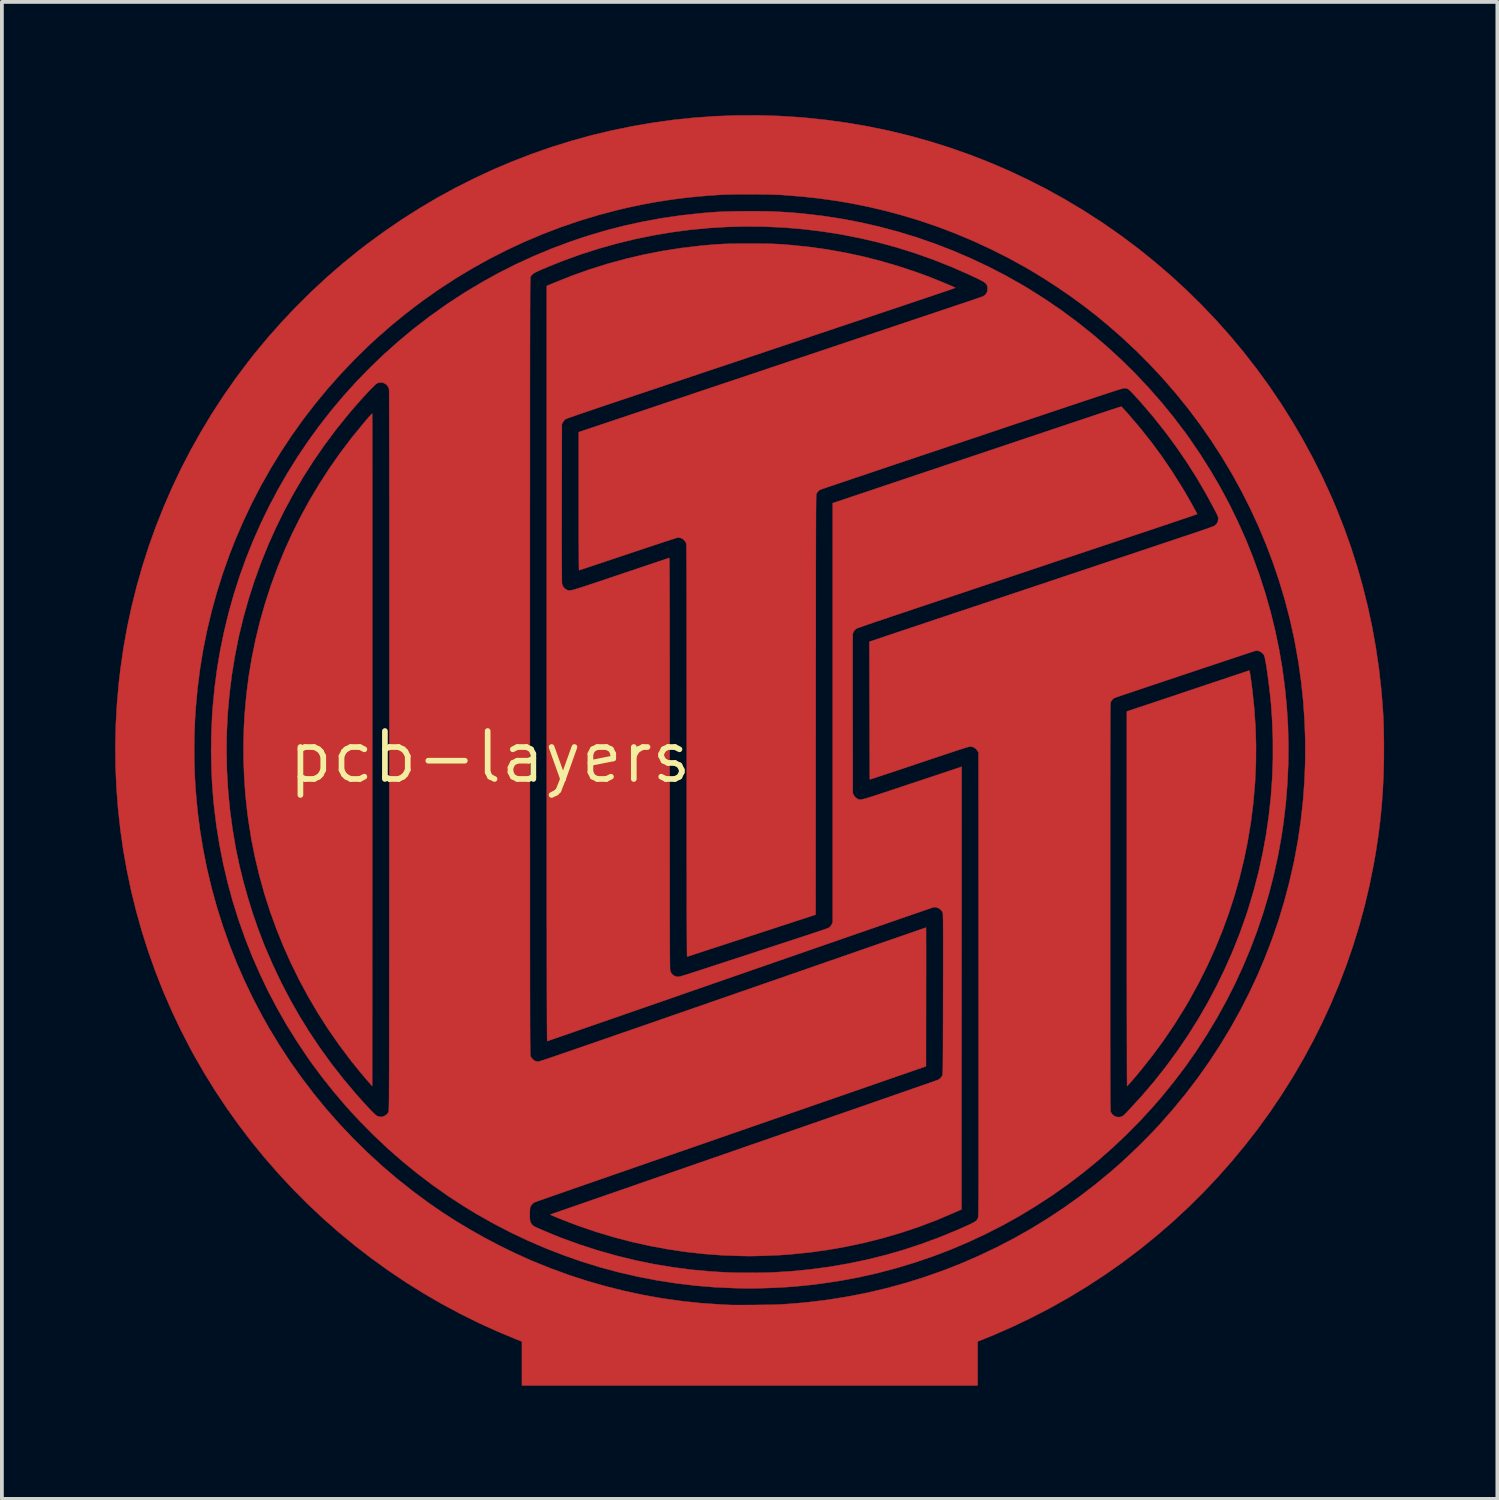
<source format=kicad_pcb>
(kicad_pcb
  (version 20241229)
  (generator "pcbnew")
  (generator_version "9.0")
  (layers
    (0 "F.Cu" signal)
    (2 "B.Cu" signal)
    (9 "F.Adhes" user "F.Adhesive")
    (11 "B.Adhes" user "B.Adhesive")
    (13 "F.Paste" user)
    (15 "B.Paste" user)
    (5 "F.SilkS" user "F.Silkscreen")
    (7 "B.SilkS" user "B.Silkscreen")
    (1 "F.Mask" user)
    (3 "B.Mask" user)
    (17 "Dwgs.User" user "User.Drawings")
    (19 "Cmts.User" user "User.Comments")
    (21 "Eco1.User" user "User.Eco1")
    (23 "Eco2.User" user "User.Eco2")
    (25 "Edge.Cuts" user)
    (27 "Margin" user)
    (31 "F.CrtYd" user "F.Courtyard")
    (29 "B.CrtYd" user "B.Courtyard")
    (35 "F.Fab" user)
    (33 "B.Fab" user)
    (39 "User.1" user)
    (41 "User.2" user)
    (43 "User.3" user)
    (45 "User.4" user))
  (footprint "pcb-layers"
    (layer "F.Cu")
    (at 9.926 17.001)
    (property "Reference" "pcb-layers" (at 0 0 0) (layer "F.SilkS") (effects (font (size 1.27 1.27) (thickness 0.15))))
    (attr through_hole)
    (fp_poly (pts (xy 20.114 -2.287) (xy 20.12 -2.265) (xy 20.127 -2.228) (xy 20.136 -2.175) (xy 20.147 -2.105) (xy 20.159 -2.017) (xy 20.173 -1.912) (xy 20.188 -1.794) (xy 20.24 -1.305) (xy 20.274 -0.815) (xy 20.289 -0.325) (xy 20.286 0.165) (xy 20.264 0.653) (xy 20.258 0.738) (xy 20.214 1.239) (xy 20.151 1.736) (xy 20.069 2.228) (xy 19.97 2.716) (xy 19.852 3.199) (xy 19.717 3.677) (xy 19.563 4.15) (xy 19.392 4.616) (xy 19.203 5.077) (xy 18.997 5.531) (xy 18.773 5.978) (xy 18.532 6.419) (xy 18.386 6.667) (xy 18.12 7.093) (xy 17.84 7.505) (xy 17.545 7.906) (xy 17.239 8.292) (xy 17.18 8.363) (xy 17.123 8.432) (xy 17.069 8.496) (xy 17.019 8.554) (xy 16.974 8.605) (xy 16.936 8.648) (xy 16.906 8.681) (xy 16.886 8.703) (xy 16.876 8.711) (xy 16.875 8.711) (xy 16.875 8.702) (xy 16.874 8.674) (xy 16.874 8.629) (xy 16.873 8.567) (xy 16.873 8.488) (xy 16.872 8.392) (xy 16.872 8.282) (xy 16.872 8.156) (xy 16.871 8.016) (xy 16.871 7.862) (xy 16.871 7.695) (xy 16.87 7.515) (xy 16.87 7.322) (xy 16.87 7.118) (xy 16.869 6.903) (xy 16.869 6.677) (xy 16.869 6.442) (xy 16.869 6.196) (xy 16.868 5.942) (xy 16.868 5.68) (xy 16.868 5.409) (xy 16.868 5.131) (xy 16.868 4.847) (xy 16.868 4.556) (xy 16.868 4.26) (xy 16.868 3.959) (xy 16.868 3.751) (xy 16.868 -1.209) (xy 18.483 -1.749) (xy 18.652 -1.805) (xy 18.816 -1.86) (xy 18.974 -1.913) (xy 19.125 -1.964) (xy 19.269 -2.012) (xy 19.405 -2.057) (xy 19.532 -2.1) (xy 19.648 -2.139) (xy 19.754 -2.174) (xy 19.847 -2.205) (xy 19.928 -2.232) (xy 19.995 -2.254) (xy 20.047 -2.272) (xy 20.084 -2.284) (xy 20.105 -2.291) (xy 20.109 -2.293) (xy 20.114 -2.287)) (stroke (width 0.01) (type solid)) (fill yes) (layer "F.Cu"))
    (fp_poly (pts (xy -3.119 -9.096) (xy -3.118 -9.086) (xy -3.118 -9.058) (xy -3.118 -9.012) (xy -3.118 -8.948) (xy -3.118 -8.868) (xy -3.117 -8.77) (xy -3.117 -8.656) (xy -3.117 -8.527) (xy -3.117 -8.381) (xy -3.117 -8.221) (xy -3.117 -8.046) (xy -3.117 -7.856) (xy -3.116 -7.653) (xy -3.116 -7.436) (xy -3.116 -7.206) (xy -3.116 -6.963) (xy -3.116 -6.708) (xy -3.116 -6.442) (xy -3.116 -6.164) (xy -3.116 -5.874) (xy -3.116 -5.575) (xy -3.116 -5.265) (xy -3.116 -4.945) (xy -3.116 -4.616) (xy -3.116 -4.277) (xy -3.116 -3.931) (xy -3.116 -3.576) (xy -3.116 -3.213) (xy -3.116 -2.843) (xy -3.116 -2.466) (xy -3.116 -2.082) (xy -3.116 -1.693) (xy -3.116 -1.298) (xy -3.116 -0.897) (xy -3.116 -0.492) (xy -3.116 -0.189) (xy -3.119 8.713) (xy -3.204 8.616) (xy -3.267 8.543) (xy -3.338 8.46) (xy -3.414 8.369) (xy -3.491 8.275) (xy -3.568 8.181) (xy -3.64 8.091) (xy -3.705 8.009) (xy -3.707 8.006) (xy -4.008 7.604) (xy -4.293 7.192) (xy -4.562 6.771) (xy -4.814 6.342) (xy -5.05 5.905) (xy -5.269 5.46) (xy -5.471 5.008) (xy -5.656 4.549) (xy -5.824 4.084) (xy -5.975 3.613) (xy -6.107 3.137) (xy -6.222 2.656) (xy -6.319 2.17) (xy -6.397 1.681) (xy -6.429 1.439) (xy -6.476 0.997) (xy -6.507 0.548) (xy -6.525 0.095) (xy -6.527 -0.356) (xy -6.515 -0.803) (xy -6.495 -1.152) (xy -6.45 -1.651) (xy -6.387 -2.146) (xy -6.305 -2.636) (xy -6.205 -3.122) (xy -6.088 -3.603) (xy -5.952 -4.079) (xy -5.8 -4.549) (xy -5.629 -5.013) (xy -5.442 -5.471) (xy -5.238 -5.921) (xy -5.016 -6.364) (xy -4.778 -6.8) (xy -4.523 -7.227) (xy -4.252 -7.646) (xy -3.965 -8.056) (xy -3.662 -8.457) (xy -3.342 -8.848) (xy -3.338 -8.853) (xy -3.278 -8.923) (xy -3.23 -8.98) (xy -3.191 -9.025) (xy -3.161 -9.057) (xy -3.14 -9.079) (xy -3.127 -9.092) (xy -3.12 -9.096) (xy -3.119 -9.096)) (stroke (width 0.01) (type solid)) (fill yes) (layer "F.Cu"))
    (fp_poly (pts (xy 7.648 -16.98) (xy 8.208 -16.945) (xy 8.349 -16.933) (xy 8.909 -16.874) (xy 9.464 -16.797) (xy 10.016 -16.702) (xy 10.563 -16.589) (xy 11.104 -16.458) (xy 11.641 -16.309) (xy 12.172 -16.142) (xy 12.696 -15.958) (xy 13.215 -15.756) (xy 13.727 -15.537) (xy 14.231 -15.3) (xy 14.729 -15.047) (xy 15.219 -14.776) (xy 15.701 -14.488) (xy 16.174 -14.184) (xy 16.265 -14.123) (xy 16.727 -13.8) (xy 17.176 -13.462) (xy 17.612 -13.111) (xy 18.037 -12.746) (xy 18.448 -12.368) (xy 18.846 -11.976) (xy 19.231 -11.573) (xy 19.602 -11.156) (xy 19.959 -10.728) (xy 20.301 -10.288) (xy 20.63 -9.837) (xy 20.943 -9.375) (xy 21.241 -8.902) (xy 21.524 -8.419) (xy 21.791 -7.927) (xy 22.043 -7.424) (xy 22.278 -6.912) (xy 22.418 -6.583) (xy 22.618 -6.077) (xy 22.802 -5.562) (xy 22.969 -5.039) (xy 23.118 -4.51) (xy 23.251 -3.975) (xy 23.366 -3.436) (xy 23.463 -2.892) (xy 23.543 -2.346) (xy 23.604 -1.797) (xy 23.631 -1.486) (xy 23.639 -1.374) (xy 23.647 -1.272) (xy 23.653 -1.179) (xy 23.658 -1.091) (xy 23.662 -1.006) (xy 23.665 -0.92) (xy 23.668 -0.83) (xy 23.671 -0.733) (xy 23.672 -0.627) (xy 23.674 -0.507) (xy 23.676 -0.372) (xy 23.676 -0.372) (xy 23.675 0.063) (xy 23.665 0.485) (xy 23.645 0.898) (xy 23.615 1.305) (xy 23.574 1.711) (xy 23.522 2.118) (xy 23.459 2.531) (xy 23.405 2.841) (xy 23.296 3.384) (xy 23.17 3.923) (xy 23.025 4.456) (xy 22.863 4.983) (xy 22.684 5.504) (xy 22.488 6.018) (xy 22.275 6.525) (xy 22.046 7.025) (xy 21.8 7.517) (xy 21.538 8.001) (xy 21.261 8.476) (xy 20.967 8.942) (xy 20.659 9.399) (xy 20.336 9.846) (xy 19.997 10.282) (xy 19.644 10.708) (xy 19.277 11.123) (xy 18.896 11.527) (xy 18.501 11.918) (xy 18.092 12.298) (xy 17.67 12.664) (xy 17.235 13.018) (xy 17.173 13.066) (xy 16.728 13.401) (xy 16.272 13.72) (xy 15.805 14.025) (xy 15.327 14.315) (xy 14.839 14.589) (xy 14.343 14.846) (xy 13.838 15.088) (xy 13.326 15.312) (xy 13.088 15.409) (xy 12.916 15.478) (xy 12.916 16.642) (xy 0.847 16.642) (xy 0.847 15.478) (xy 0.731 15.433) (xy 0.215 15.219) (xy -0.292 14.989) (xy -0.791 14.742) (xy -1.28 14.479) (xy -1.76 14.201) (xy -2.231 13.907) (xy -2.69 13.598) (xy -3.14 13.274) (xy -3.578 12.936) (xy -4.005 12.584) (xy -4.42 12.218) (xy -4.824 11.839) (xy -5.214 11.447) (xy -5.592 11.041) (xy -5.957 10.624) (xy -6.309 10.194) (xy -6.646 9.752) (xy -6.969 9.299) (xy -7.278 8.835) (xy -7.571 8.36) (xy -7.85 7.875) (xy -7.945 7.699) (xy -8.2 7.203) (xy -8.438 6.699) (xy -8.659 6.189) (xy -8.862 5.672) (xy -9.048 5.15) (xy -9.216 4.622) (xy -9.366 4.089) (xy -9.499 3.552) (xy -9.613 3.011) (xy -9.71 2.466) (xy -9.788 1.918) (xy -9.849 1.366) (xy -9.891 0.813) (xy -9.915 0.257) (xy -9.92 -0.232) (xy -7.832 -0.232) (xy -7.829 0.13) (xy -7.818 0.487) (xy -7.798 0.833) (xy -7.793 0.898) (xy -7.745 1.423) (xy -7.678 1.945) (xy -7.593 2.461) (xy -7.49 2.974) (xy -7.368 3.482) (xy -7.229 3.984) (xy -7.072 4.481) (xy -6.898 4.971) (xy -6.706 5.456) (xy -6.496 5.933) (xy -6.27 6.404) (xy -6.026 6.867) (xy -5.845 7.187) (xy -5.571 7.638) (xy -5.282 8.079) (xy -4.978 8.507) (xy -4.659 8.925) (xy -4.326 9.331) (xy -3.978 9.725) (xy -3.617 10.106) (xy -3.241 10.475) (xy -2.853 10.831) (xy -2.451 11.174) (xy -2.036 11.503) (xy -1.637 11.798) (xy -1.281 12.044) (xy -0.911 12.283) (xy -0.528 12.513) (xy -0.136 12.734) (xy 0.262 12.943) (xy 0.663 13.139) (xy 1.064 13.32) (xy 1.113 13.341) (xy 1.589 13.534) (xy 2.073 13.711) (xy 2.562 13.871) (xy 3.057 14.013) (xy 3.557 14.138) (xy 4.059 14.246) (xy 4.564 14.336) (xy 5.071 14.407) (xy 5.577 14.461) (xy 6.083 14.496) (xy 6.101 14.497) (xy 6.165 14.5) (xy 6.227 14.503) (xy 6.282 14.506) (xy 6.327 14.508) (xy 6.358 14.51) (xy 6.364 14.51) (xy 6.394 14.511) (xy 6.441 14.512) (xy 6.502 14.512) (xy 6.576 14.512) (xy 6.66 14.512) (xy 6.752 14.512) (xy 6.85 14.511) (xy 6.951 14.511) (xy 7.054 14.51) (xy 7.157 14.508) (xy 7.257 14.507) (xy 7.352 14.506) (xy 7.44 14.504) (xy 7.519 14.503) (xy 7.586 14.501) (xy 7.641 14.5) (xy 7.679 14.498) (xy 7.686 14.497) (xy 7.91 14.482) (xy 8.116 14.466) (xy 8.308 14.449) (xy 8.448 14.435) (xy 8.965 14.371) (xy 9.48 14.288) (xy 9.99 14.188) (xy 10.495 14.069) (xy 10.995 13.933) (xy 11.49 13.779) (xy 11.978 13.608) (xy 12.46 13.42) (xy 12.936 13.214) (xy 13.404 12.992) (xy 13.864 12.754) (xy 14.316 12.499) (xy 14.76 12.227) (xy 15.194 11.94) (xy 15.619 11.637) (xy 16.034 11.318) (xy 16.439 10.984) (xy 16.623 10.824) (xy 16.751 10.709) (xy 16.888 10.582) (xy 17.029 10.448) (xy 17.173 10.309) (xy 17.315 10.168) (xy 17.453 10.028) (xy 17.584 9.893) (xy 17.705 9.765) (xy 17.754 9.71) (xy 18.103 9.313) (xy 18.437 8.905) (xy 18.755 8.487) (xy 19.057 8.059) (xy 19.343 7.621) (xy 19.613 7.175) (xy 19.867 6.72) (xy 20.104 6.257) (xy 20.325 5.786) (xy 20.528 5.307) (xy 20.715 4.821) (xy 20.884 4.329) (xy 21.035 3.83) (xy 21.169 3.324) (xy 21.286 2.814) (xy 21.309 2.701) (xy 21.403 2.186) (xy 21.478 1.668) (xy 21.535 1.148) (xy 21.573 0.626) (xy 21.593 0.103) (xy 21.594 -0.42) (xy 21.576 -0.944) (xy 21.541 -1.466) (xy 21.486 -1.987) (xy 21.414 -2.507) (xy 21.322 -3.024) (xy 21.298 -3.147) (xy 21.185 -3.656) (xy 21.054 -4.159) (xy 20.905 -4.656) (xy 20.739 -5.147) (xy 20.556 -5.631) (xy 20.356 -6.108) (xy 20.14 -6.577) (xy 19.907 -7.038) (xy 19.658 -7.491) (xy 19.393 -7.935) (xy 19.113 -8.369) (xy 18.818 -8.794) (xy 18.508 -9.208) (xy 18.183 -9.612) (xy 17.843 -10.005) (xy 17.489 -10.386) (xy 17.121 -10.756) (xy 16.74 -11.113) (xy 16.345 -11.457) (xy 16.067 -11.686) (xy 15.73 -11.948) (xy 15.381 -12.203) (xy 15.024 -12.448) (xy 14.663 -12.682) (xy 14.302 -12.901) (xy 14.158 -12.984) (xy 13.711 -13.229) (xy 13.257 -13.457) (xy 12.797 -13.67) (xy 12.333 -13.865) (xy 11.866 -14.043) (xy 11.397 -14.203) (xy 11.312 -14.23) (xy 10.879 -14.359) (xy 10.448 -14.474) (xy 10.019 -14.575) (xy 9.588 -14.662) (xy 9.153 -14.736) (xy 8.711 -14.797) (xy 8.26 -14.846) (xy 7.796 -14.883) (xy 7.714 -14.889) (xy 7.638 -14.893) (xy 7.547 -14.896) (xy 7.442 -14.899) (xy 7.327 -14.902) (xy 7.204 -14.903) (xy 7.075 -14.905) (xy 6.943 -14.906) (xy 6.812 -14.906) (xy 6.682 -14.906) (xy 6.557 -14.905) (xy 6.44 -14.903) (xy 6.333 -14.901) (xy 6.238 -14.899) (xy 6.158 -14.895) (xy 6.129 -14.894) (xy 5.754 -14.868) (xy 5.393 -14.836) (xy 5.044 -14.797) (xy 4.703 -14.75) (xy 4.367 -14.696) (xy 4.032 -14.634) (xy 3.696 -14.563) (xy 3.368 -14.487) (xy 2.864 -14.353) (xy 2.365 -14.202) (xy 1.873 -14.034) (xy 1.387 -13.848) (xy 0.908 -13.645) (xy 0.437 -13.425) (xy -0.026 -13.189) (xy -0.48 -12.936) (xy -0.926 -12.667) (xy -1.362 -12.382) (xy -1.789 -12.081) (xy -2.205 -11.765) (xy -2.611 -11.434) (xy -3.006 -11.088) (xy -3.215 -10.895) (xy -3.589 -10.528) (xy -3.95 -10.149) (xy -4.297 -9.758) (xy -4.63 -9.355) (xy -4.948 -8.942) (xy -5.251 -8.517) (xy -5.539 -8.082) (xy -5.811 -7.638) (xy -6.067 -7.185) (xy -6.307 -6.723) (xy -6.53 -6.252) (xy -6.737 -5.774) (xy -6.9 -5.359) (xy -7.076 -4.863) (xy -7.233 -4.364) (xy -7.372 -3.862) (xy -7.493 -3.355) (xy -7.596 -2.844) (xy -7.68 -2.329) (xy -7.746 -1.808) (xy -7.793 -1.294) (xy -7.814 -0.949) (xy -7.827 -0.594) (xy -7.832 -0.232) (xy -9.92 -0.232) (xy -9.921 -0.3) (xy -9.908 -0.858) (xy -9.877 -1.417) (xy -9.827 -1.976) (xy -9.783 -2.352) (xy -9.703 -2.903) (xy -9.605 -3.45) (xy -9.488 -3.992) (xy -9.354 -4.53) (xy -9.202 -5.063) (xy -9.032 -5.591) (xy -8.845 -6.112) (xy -8.64 -6.627) (xy -8.419 -7.135) (xy -8.181 -7.636) (xy -7.926 -8.129) (xy -7.654 -8.614) (xy -7.367 -9.091) (xy -7.063 -9.558) (xy -6.744 -10.016) (xy -6.408 -10.463) (xy -6.246 -10.67) (xy -5.891 -11.099) (xy -5.521 -11.516) (xy -5.138 -11.922) (xy -4.742 -12.315) (xy -4.334 -12.694) (xy -3.914 -13.059) (xy -3.484 -13.409) (xy -3.255 -13.586) (xy -2.801 -13.918) (xy -2.339 -14.234) (xy -1.867 -14.534) (xy -1.388 -14.817) (xy -0.9 -15.083) (xy -0.405 -15.332) (xy 0.097 -15.565) (xy 0.606 -15.78) (xy 1.122 -15.979) (xy 1.643 -16.16) (xy 2.169 -16.323) (xy 2.701 -16.47) (xy 3.238 -16.598) (xy 3.778 -16.709) (xy 4.323 -16.802) (xy 4.871 -16.878) (xy 5.422 -16.935) (xy 5.975 -16.973) (xy 6.531 -16.994) (xy 7.089 -16.996) (xy 7.648 -16.98)) (stroke (width 0.01) (type solid)) (fill yes) (layer "F.Cu"))
    (fp_poly (pts (xy 7.009 -13.598) (xy 7.125 -13.598) (xy 7.227 -13.597) (xy 7.318 -13.596) (xy 7.401 -13.595) (xy 7.477 -13.593) (xy 7.549 -13.59) (xy 7.62 -13.586) (xy 7.693 -13.582) (xy 7.769 -13.577) (xy 7.852 -13.57) (xy 7.944 -13.563) (xy 7.977 -13.56) (xy 8.451 -13.512) (xy 8.927 -13.445) (xy 9.403 -13.36) (xy 9.878 -13.258) (xy 10.35 -13.138) (xy 10.82 -13) (xy 11.285 -12.846) (xy 11.425 -12.796) (xy 11.491 -12.772) (xy 11.564 -12.744) (xy 11.643 -12.714) (xy 11.724 -12.682) (xy 11.808 -12.649) (xy 11.891 -12.615) (xy 11.972 -12.582) (xy 12.048 -12.551) (xy 12.119 -12.521) (xy 12.183 -12.494) (xy 12.237 -12.471) (xy 12.279 -12.452) (xy 12.308 -12.438) (xy 12.323 -12.43) (xy 12.324 -12.428) (xy 12.315 -12.425) (xy 12.289 -12.415) (xy 12.248 -12.401) (xy 12.191 -12.381) (xy 12.121 -12.357) (xy 12.037 -12.329) (xy 11.941 -12.296) (xy 11.834 -12.26) (xy 11.718 -12.22) (xy 11.591 -12.178) (xy 11.457 -12.133) (xy 11.315 -12.085) (xy 11.167 -12.035) (xy 11.014 -11.984) (xy 10.943 -11.96) (xy 10.804 -11.913) (xy 10.649 -11.861) (xy 10.479 -11.804) (xy 10.296 -11.743) (xy 10.1 -11.677) (xy 9.894 -11.608) (xy 9.679 -11.536) (xy 9.456 -11.461) (xy 9.226 -11.385) (xy 8.993 -11.306) (xy 8.755 -11.227) (xy 8.516 -11.146) (xy 8.277 -11.066) (xy 8.038 -10.986) (xy 7.802 -10.907) (xy 7.57 -10.829) (xy 7.343 -10.753) (xy 7.23 -10.715) (xy 7.005 -10.64) (xy 6.775 -10.562) (xy 6.539 -10.483) (xy 6.299 -10.403) (xy 6.058 -10.322) (xy 5.815 -10.241) (xy 5.574 -10.16) (xy 5.335 -10.08) (xy 5.099 -10.001) (xy 4.869 -9.924) (xy 4.646 -9.849) (xy 4.431 -9.777) (xy 4.226 -9.708) (xy 4.032 -9.643) (xy 3.85 -9.582) (xy 3.683 -9.526) (xy 3.531 -9.475) (xy 3.467 -9.454) (xy 3.254 -9.382) (xy 3.058 -9.316) (xy 2.88 -9.256) (xy 2.72 -9.202) (xy 2.576 -9.153) (xy 2.448 -9.11) (xy 2.337 -9.072) (xy 2.243 -9.039) (xy 2.164 -9.011) (xy 2.1 -8.988) (xy 2.052 -8.971) (xy 2.02 -8.958) (xy 2.002 -8.95) (xy 1.999 -8.948) (xy 1.97 -8.922) (xy 1.942 -8.885) (xy 1.933 -8.871) (xy 1.905 -8.819) (xy 1.902 -6.726) (xy 1.902 -6.468) (xy 1.902 -6.228) (xy 1.901 -6.007) (xy 1.901 -5.803) (xy 1.901 -5.616) (xy 1.902 -5.446) (xy 1.902 -5.293) (xy 1.902 -5.156) (xy 1.903 -5.034) (xy 1.903 -4.928) (xy 1.904 -4.837) (xy 1.905 -4.761) (xy 1.905 -4.698) (xy 1.906 -4.65) (xy 1.907 -4.615) (xy 1.909 -4.593) (xy 1.91 -4.585) (xy 1.932 -4.526) (xy 1.969 -4.476) (xy 2.021 -4.437) (xy 2.023 -4.436) (xy 2.035 -4.43) (xy 2.045 -4.424) (xy 2.055 -4.419) (xy 2.066 -4.415) (xy 2.079 -4.412) (xy 2.093 -4.411) (xy 2.111 -4.412) (xy 2.134 -4.414) (xy 2.161 -4.42) (xy 2.194 -4.427) (xy 2.234 -4.438) (xy 2.282 -4.452) (xy 2.339 -4.469) (xy 2.405 -4.49) (xy 2.481 -4.514) (xy 2.569 -4.543) (xy 2.668 -4.576) (xy 2.781 -4.613) (xy 2.908 -4.656) (xy 3.05 -4.703) (xy 3.207 -4.756) (xy 3.381 -4.815) (xy 3.457 -4.84) (xy 3.606 -4.891) (xy 3.751 -4.939) (xy 3.89 -4.986) (xy 4.023 -5.031) (xy 4.147 -5.072) (xy 4.263 -5.111) (xy 4.368 -5.147) (xy 4.463 -5.179) (xy 4.546 -5.207) (xy 4.616 -5.23) (xy 4.673 -5.249) (xy 4.714 -5.263) (xy 4.739 -5.272) (xy 4.748 -5.275) (xy 4.749 -5.273) (xy 4.75 -5.265) (xy 4.75 -5.251) (xy 4.751 -5.231) (xy 4.752 -5.205) (xy 4.753 -5.171) (xy 4.753 -5.13) (xy 4.754 -5.081) (xy 4.754 -5.023) (xy 4.755 -4.957) (xy 4.755 -4.881) (xy 4.756 -4.796) (xy 4.756 -4.702) (xy 4.757 -4.596) (xy 4.757 -4.48) (xy 4.758 -4.353) (xy 4.758 -4.214) (xy 4.758 -4.063) (xy 4.758 -3.899) (xy 4.759 -3.723) (xy 4.759 -3.534) (xy 4.759 -3.331) (xy 4.759 -3.113) (xy 4.759 -2.882) (xy 4.76 -2.635) (xy 4.76 -2.373) (xy 4.76 -2.096) (xy 4.76 -1.802) (xy 4.76 -1.492) (xy 4.76 -1.165) (xy 4.76 -0.821) (xy 4.76 -0.459) (xy 4.76 -0.078) (xy 4.76 0.167) (xy 4.76 0.554) (xy 4.76 0.922) (xy 4.76 1.273) (xy 4.76 1.606) (xy 4.76 1.922) (xy 4.76 2.222) (xy 4.76 2.505) (xy 4.76 2.773) (xy 4.761 3.025) (xy 4.761 3.263) (xy 4.761 3.486) (xy 4.761 3.695) (xy 4.761 3.89) (xy 4.761 4.073) (xy 4.762 4.243) (xy 4.762 4.4) (xy 4.762 4.546) (xy 4.763 4.68) (xy 4.763 4.804) (xy 4.763 4.917) (xy 4.764 5.02) (xy 4.764 5.113) (xy 4.764 5.197) (xy 4.765 5.273) (xy 4.766 5.34) (xy 4.766 5.399) (xy 4.767 5.451) (xy 4.767 5.496) (xy 4.768 5.535) (xy 4.769 5.567) (xy 4.769 5.594) (xy 4.77 5.616) (xy 4.771 5.633) (xy 4.772 5.645) (xy 4.773 5.654) (xy 4.774 5.659) (xy 4.774 5.659) (xy 4.801 5.718) (xy 4.842 5.766) (xy 4.894 5.8) (xy 4.956 5.819) (xy 4.967 5.82) (xy 4.975 5.821) (xy 4.986 5.82) (xy 4.999 5.818) (xy 5.017 5.814) (xy 5.04 5.809) (xy 5.07 5.801) (xy 5.106 5.79) (xy 5.151 5.777) (xy 5.205 5.76) (xy 5.27 5.74) (xy 5.346 5.715) (xy 5.434 5.687) (xy 5.536 5.654) (xy 5.652 5.616) (xy 5.783 5.574) (xy 5.931 5.525) (xy 5.999 5.503) (xy 6.271 5.414) (xy 6.527 5.331) (xy 6.766 5.253) (xy 6.989 5.18) (xy 7.196 5.112) (xy 7.388 5.049) (xy 7.565 4.991) (xy 7.729 4.938) (xy 7.88 4.888) (xy 8.017 4.843) (xy 8.143 4.802) (xy 8.257 4.765) (xy 8.36 4.731) (xy 8.453 4.7) (xy 8.535 4.673) (xy 8.609 4.648) (xy 8.674 4.627) (xy 8.731 4.608) (xy 8.78 4.591) (xy 8.822 4.577) (xy 8.858 4.564) (xy 8.888 4.554) (xy 8.912 4.545) (xy 8.933 4.537) (xy 8.949 4.531) (xy 8.961 4.526) (xy 8.97 4.522) (xy 8.978 4.518) (xy 8.983 4.515) (xy 8.987 4.513) (xy 8.99 4.51) (xy 8.992 4.509) (xy 9.016 4.485) (xy 9.04 4.452) (xy 9.052 4.431) (xy 9.078 4.38) (xy 9.078 -6.725) (xy 9.137 -6.745) (xy 9.152 -6.75) (xy 9.184 -6.761) (xy 9.232 -6.777) (xy 9.295 -6.798) (xy 9.372 -6.824) (xy 9.462 -6.854) (xy 9.564 -6.889) (xy 9.677 -6.927) (xy 9.8 -6.968) (xy 9.933 -7.012) (xy 10.074 -7.06) (xy 10.221 -7.109) (xy 10.376 -7.161) (xy 10.535 -7.215) (xy 10.699 -7.27) (xy 10.72 -7.277) (xy 10.915 -7.342) (xy 11.126 -7.413) (xy 11.349 -7.488) (xy 11.581 -7.566) (xy 11.821 -7.646) (xy 12.064 -7.728) (xy 12.31 -7.81) (xy 12.554 -7.892) (xy 12.795 -7.973) (xy 13.03 -8.051) (xy 13.255 -8.127) (xy 13.47 -8.199) (xy 13.67 -8.266) (xy 13.749 -8.293) (xy 14.026 -8.386) (xy 14.286 -8.473) (xy 14.529 -8.554) (xy 14.756 -8.631) (xy 14.967 -8.701) (xy 15.163 -8.767) (xy 15.345 -8.828) (xy 15.512 -8.884) (xy 15.666 -8.935) (xy 15.807 -8.982) (xy 15.935 -9.025) (xy 16.051 -9.064) (xy 16.156 -9.099) (xy 16.25 -9.13) (xy 16.334 -9.158) (xy 16.407 -9.182) (xy 16.472 -9.203) (xy 16.527 -9.221) (xy 16.575 -9.237) (xy 16.615 -9.25) (xy 16.647 -9.26) (xy 16.673 -9.268) (xy 16.693 -9.274) (xy 16.708 -9.278) (xy 16.717 -9.281) (xy 16.722 -9.281) (xy 16.723 -9.281) (xy 16.732 -9.273) (xy 16.751 -9.253) (xy 16.779 -9.223) (xy 16.815 -9.185) (xy 16.855 -9.141) (xy 16.883 -9.11) (xy 17.201 -8.739) (xy 17.505 -8.357) (xy 17.796 -7.962) (xy 18.074 -7.553) (xy 18.339 -7.13) (xy 18.415 -7.004) (xy 18.445 -6.952) (xy 18.479 -6.893) (xy 18.515 -6.83) (xy 18.552 -6.765) (xy 18.588 -6.7) (xy 18.623 -6.638) (xy 18.654 -6.581) (xy 18.682 -6.53) (xy 18.705 -6.488) (xy 18.721 -6.457) (xy 18.729 -6.439) (xy 18.73 -6.436) (xy 18.721 -6.432) (xy 18.696 -6.423) (xy 18.654 -6.409) (xy 18.597 -6.389) (xy 18.527 -6.365) (xy 18.443 -6.336) (xy 18.347 -6.304) (xy 18.239 -6.268) (xy 18.121 -6.228) (xy 17.994 -6.185) (xy 17.859 -6.14) (xy 17.716 -6.092) (xy 17.566 -6.041) (xy 17.411 -5.989) (xy 17.288 -5.949) (xy 17.124 -5.894) (xy 16.96 -5.839) (xy 16.796 -5.784) (xy 16.631 -5.729) (xy 16.465 -5.673) (xy 16.295 -5.617) (xy 16.123 -5.559) (xy 15.947 -5.501) (xy 15.766 -5.44) (xy 15.579 -5.378) (xy 15.387 -5.313) (xy 15.187 -5.247) (xy 14.98 -5.178) (xy 14.765 -5.106) (xy 14.54 -5.03) (xy 14.306 -4.952) (xy 14.061 -4.87) (xy 13.804 -4.784) (xy 13.536 -4.695) (xy 13.254 -4.6) (xy 12.959 -4.502) (xy 12.65 -4.398) (xy 12.325 -4.29) (xy 11.985 -4.176) (xy 11.629 -4.057) (xy 11.356 -3.966) (xy 11.131 -3.89) (xy 10.924 -3.821) (xy 10.734 -3.757) (xy 10.561 -3.699) (xy 10.405 -3.646) (xy 10.265 -3.599) (xy 10.141 -3.557) (xy 10.034 -3.52) (xy 9.941 -3.488) (xy 9.864 -3.461) (xy 9.802 -3.439) (xy 9.755 -3.421) (xy 9.722 -3.409) (xy 9.703 -3.4) (xy 9.698 -3.398) (xy 9.657 -3.36) (xy 9.627 -3.313) (xy 9.61 -3.264) (xy 9.61 -3.261) (xy 9.609 -3.248) (xy 9.609 -3.217) (xy 9.608 -3.169) (xy 9.608 -3.105) (xy 9.607 -3.025) (xy 9.607 -2.931) (xy 9.607 -2.823) (xy 9.607 -2.703) (xy 9.606 -2.571) (xy 9.606 -2.427) (xy 9.606 -2.274) (xy 9.606 -2.111) (xy 9.606 -1.94) (xy 9.606 -1.761) (xy 9.606 -1.576) (xy 9.607 -1.385) (xy 9.607 -1.189) (xy 9.607 -1.134) (xy 9.61 0.955) (xy 9.629 0.997) (xy 9.657 1.041) (xy 9.697 1.081) (xy 9.742 1.111) (xy 9.752 1.116) (xy 9.762 1.12) (xy 9.771 1.123) (xy 9.781 1.126) (xy 9.793 1.127) (xy 9.807 1.127) (xy 9.824 1.126) (xy 9.845 1.122) (xy 9.871 1.117) (xy 9.904 1.109) (xy 9.943 1.098) (xy 9.989 1.085) (xy 10.045 1.068) (xy 10.109 1.048) (xy 10.184 1.024) (xy 10.27 0.996) (xy 10.368 0.963) (xy 10.479 0.927) (xy 10.604 0.885) (xy 10.743 0.839) (xy 10.898 0.787) (xy 11.07 0.73) (xy 11.184 0.692) (xy 12.493 0.255) (xy 12.491 6.118) (xy 12.488 11.98) (xy 12.294 12.066) (xy 11.838 12.259) (xy 11.374 12.435) (xy 10.904 12.593) (xy 10.428 12.733) (xy 9.946 12.856) (xy 9.458 12.961) (xy 8.967 13.048) (xy 8.471 13.118) (xy 7.972 13.168) (xy 7.761 13.184) (xy 7.704 13.188) (xy 7.634 13.192) (xy 7.554 13.195) (xy 7.467 13.199) (xy 7.376 13.202) (xy 7.283 13.206) (xy 7.191 13.209) (xy 7.103 13.211) (xy 7.021 13.213) (xy 6.948 13.215) (xy 6.887 13.215) (xy 6.841 13.216) (xy 6.82 13.215) (xy 6.787 13.214) (xy 6.741 13.213) (xy 6.688 13.212) (xy 6.634 13.211) (xy 6.628 13.211) (xy 6.149 13.194) (xy 5.669 13.158) (xy 5.188 13.105) (xy 4.707 13.033) (xy 4.228 12.944) (xy 3.752 12.838) (xy 3.28 12.715) (xy 2.814 12.575) (xy 2.361 12.421) (xy 2.279 12.39) (xy 2.188 12.356) (xy 2.092 12.32) (xy 1.994 12.282) (xy 1.899 12.244) (xy 1.81 12.209) (xy 1.731 12.176) (xy 1.666 12.149) (xy 1.66 12.147) (xy 1.628 12.132) (xy 1.61 12.123) (xy 1.606 12.117) (xy 1.612 12.112) (xy 1.618 12.109) (xy 1.631 12.105) (xy 1.66 12.095) (xy 1.703 12.079) (xy 1.76 12.06) (xy 1.829 12.036) (xy 1.908 12.008) (xy 1.996 11.978) (xy 2.092 11.944) (xy 2.193 11.909) (xy 2.267 11.884) (xy 2.341 11.858) (xy 2.43 11.827) (xy 2.536 11.79) (xy 2.655 11.749) (xy 2.786 11.703) (xy 2.93 11.654) (xy 3.083 11.6) (xy 3.246 11.544) (xy 3.416 11.485) (xy 3.593 11.424) (xy 3.774 11.361) (xy 3.96 11.296) (xy 4.148 11.231) (xy 4.338 11.165) (xy 4.528 11.099) (xy 4.708 11.037) (xy 4.879 10.977) (xy 5.066 10.912) (xy 5.268 10.842) (xy 5.484 10.767) (xy 5.711 10.689) (xy 5.948 10.606) (xy 6.194 10.521) (xy 6.448 10.433) (xy 6.708 10.343) (xy 6.971 10.251) (xy 7.238 10.159) (xy 7.506 10.066) (xy 7.774 9.973) (xy 8.041 9.88) (xy 8.304 9.789) (xy 8.563 9.699) (xy 8.816 9.611) (xy 9.061 9.526) (xy 9.172 9.487) (xy 9.389 9.412) (xy 9.601 9.339) (xy 9.807 9.267) (xy 10.009 9.197) (xy 10.203 9.129) (xy 10.391 9.064) (xy 10.57 9.002) (xy 10.741 8.942) (xy 10.903 8.886) (xy 11.054 8.833) (xy 11.195 8.784) (xy 11.325 8.739) (xy 11.442 8.698) (xy 11.547 8.662) (xy 11.638 8.63) (xy 11.714 8.603) (xy 11.776 8.581) (xy 11.822 8.565) (xy 11.852 8.554) (xy 11.865 8.549) (xy 11.865 8.549) (xy 11.916 8.518) (xy 11.959 8.471) (xy 11.982 8.431) (xy 11.984 8.426) (xy 11.986 8.419) (xy 11.987 8.41) (xy 11.989 8.397) (xy 11.99 8.38) (xy 11.991 8.358) (xy 11.992 8.33) (xy 11.993 8.296) (xy 11.994 8.255) (xy 11.995 8.206) (xy 11.996 8.148) (xy 11.996 8.081) (xy 11.997 8.004) (xy 11.997 7.917) (xy 11.998 7.817) (xy 11.999 7.706) (xy 11.999 7.582) (xy 11.999 7.444) (xy 12 7.291) (xy 12 7.123) (xy 12.001 6.94) (xy 12.001 6.74) (xy 12.001 6.522) (xy 12.002 6.287) (xy 12.002 6.283) (xy 12.002 6.03) (xy 12.003 5.795) (xy 12.003 5.578) (xy 12.003 5.378) (xy 12.003 5.195) (xy 12.003 5.029) (xy 12.003 4.878) (xy 12.003 4.743) (xy 12.002 4.623) (xy 12.002 4.517) (xy 12.001 4.425) (xy 12.001 4.346) (xy 12 4.281) (xy 11.999 4.228) (xy 11.998 4.186) (xy 11.997 4.157) (xy 11.996 4.138) (xy 11.995 4.131) (xy 11.974 4.086) (xy 11.939 4.044) (xy 11.895 4.009) (xy 11.847 3.986) (xy 11.841 3.984) (xy 11.8 3.975) (xy 11.767 3.974) (xy 11.747 3.977) (xy 11.736 3.981) (xy 11.707 3.99) (xy 11.662 4.006) (xy 11.601 4.027) (xy 11.524 4.053) (xy 11.432 4.085) (xy 11.325 4.122) (xy 11.204 4.163) (xy 11.07 4.21) (xy 10.924 4.26) (xy 10.764 4.315) (xy 10.593 4.374) (xy 10.411 4.438) (xy 10.218 4.504) (xy 10.015 4.575) (xy 9.802 4.648) (xy 9.58 4.725) (xy 9.349 4.805) (xy 9.111 4.888) (xy 8.865 4.973) (xy 8.612 5.061) (xy 8.352 5.151) (xy 8.087 5.243) (xy 7.817 5.337) (xy 7.541 5.432) (xy 7.324 5.508) (xy 7.039 5.606) (xy 6.756 5.705) (xy 6.475 5.802) (xy 6.198 5.898) (xy 5.924 5.993) (xy 5.655 6.087) (xy 5.391 6.178) (xy 5.132 6.268) (xy 4.88 6.356) (xy 4.635 6.441) (xy 4.398 6.523) (xy 4.169 6.603) (xy 3.949 6.679) (xy 3.739 6.752) (xy 3.539 6.821) (xy 3.35 6.887) (xy 3.173 6.948) (xy 3.008 7.006) (xy 2.855 7.058) (xy 2.717 7.106) (xy 2.593 7.15) (xy 2.484 7.187) (xy 2.39 7.22) (xy 2.312 7.247) (xy 2.252 7.268) (xy 2.235 7.274) (xy 2.125 7.312) (xy 2.019 7.349) (xy 1.92 7.383) (xy 1.829 7.415) (xy 1.746 7.443) (xy 1.674 7.468) (xy 1.614 7.489) (xy 1.568 7.506) (xy 1.536 7.517) (xy 1.519 7.522) (xy 1.518 7.523) (xy 1.517 7.521) (xy 1.517 7.514) (xy 1.516 7.502) (xy 1.515 7.485) (xy 1.515 7.462) (xy 1.514 7.433) (xy 1.514 7.398) (xy 1.513 7.356) (xy 1.513 7.308) (xy 1.512 7.252) (xy 1.512 7.188) (xy 1.511 7.117) (xy 1.511 7.037) (xy 1.51 6.949) (xy 1.51 6.852) (xy 1.51 6.746) (xy 1.509 6.631) (xy 1.509 6.506) (xy 1.509 6.371) (xy 1.508 6.226) (xy 1.508 6.07) (xy 1.508 5.903) (xy 1.508 5.725) (xy 1.507 5.536) (xy 1.507 5.334) (xy 1.507 5.12) (xy 1.507 4.894) (xy 1.507 4.655) (xy 1.506 4.403) (xy 1.506 4.138) (xy 1.506 3.859) (xy 1.506 3.566) (xy 1.506 3.258) (xy 1.506 2.936) (xy 1.506 2.599) (xy 1.506 2.247) (xy 1.506 1.879) (xy 1.505 1.495) (xy 1.505 1.095) (xy 1.505 0.679) (xy 1.505 0.246) (xy 1.505 -0.205) (xy 1.505 -0.672) (xy 1.505 -1.158) (xy 1.505 -1.661) (xy 1.505 -2.183) (xy 1.505 -2.475) (xy 1.505 -12.479) (xy 1.704 -12.562) (xy 2.171 -12.748) (xy 2.643 -12.916) (xy 3.121 -13.066) (xy 3.603 -13.197) (xy 4.089 -13.311) (xy 4.579 -13.406) (xy 5.072 -13.483) (xy 5.568 -13.542) (xy 5.771 -13.56) (xy 5.867 -13.568) (xy 5.953 -13.575) (xy 6.032 -13.58) (xy 6.107 -13.585) (xy 6.18 -13.589) (xy 6.254 -13.592) (xy 6.331 -13.594) (xy 6.413 -13.596) (xy 6.504 -13.597) (xy 6.606 -13.598) (xy 6.721 -13.598) (xy 6.852 -13.598) (xy 6.877 -13.598) (xy 7.009 -13.598)) (stroke (width 0.01) (type solid)) (fill yes) (layer "F.Cu"))
    (fp_poly (pts (xy 7.113 -14.457) (xy 7.292 -14.455) (xy 7.463 -14.45) (xy 7.629 -14.443) (xy 7.794 -14.434) (xy 7.962 -14.423) (xy 8.135 -14.408) (xy 8.297 -14.393) (xy 8.807 -14.334) (xy 9.314 -14.256) (xy 9.817 -14.16) (xy 10.316 -14.046) (xy 10.811 -13.914) (xy 11.301 -13.764) (xy 11.785 -13.596) (xy 12.263 -13.411) (xy 12.734 -13.209) (xy 13.198 -12.99) (xy 13.655 -12.755) (xy 14.102 -12.502) (xy 14.29 -12.39) (xy 14.723 -12.115) (xy 15.146 -11.825) (xy 15.558 -11.519) (xy 15.96 -11.199) (xy 16.35 -10.864) (xy 16.729 -10.516) (xy 17.094 -10.155) (xy 17.446 -9.781) (xy 17.784 -9.396) (xy 18.108 -8.999) (xy 18.417 -8.591) (xy 18.52 -8.448) (xy 18.811 -8.021) (xy 19.086 -7.585) (xy 19.345 -7.141) (xy 19.586 -6.69) (xy 19.81 -6.231) (xy 20.018 -5.766) (xy 20.208 -5.294) (xy 20.381 -4.816) (xy 20.537 -4.333) (xy 20.675 -3.845) (xy 20.796 -3.352) (xy 20.899 -2.855) (xy 20.985 -2.354) (xy 21.052 -1.85) (xy 21.102 -1.343) (xy 21.134 -0.834) (xy 21.147 -0.323) (xy 21.142 0.19) (xy 21.119 0.703) (xy 21.078 1.217) (xy 21.017 1.732) (xy 20.959 2.126) (xy 20.867 2.63) (xy 20.757 3.129) (xy 20.63 3.623) (xy 20.484 4.113) (xy 20.321 4.596) (xy 20.141 5.073) (xy 19.944 5.544) (xy 19.73 6.007) (xy 19.499 6.463) (xy 19.252 6.91) (xy 18.989 7.349) (xy 18.711 7.778) (xy 18.417 8.197) (xy 18.107 8.606) (xy 17.782 9.005) (xy 17.575 9.244) (xy 17.226 9.625) (xy 16.864 9.992) (xy 16.491 10.345) (xy 16.107 10.683) (xy 15.711 11.007) (xy 15.306 11.315) (xy 14.89 11.609) (xy 14.464 11.887) (xy 14.03 12.15) (xy 13.587 12.397) (xy 13.135 12.627) (xy 12.676 12.842) (xy 12.21 13.04) (xy 11.736 13.221) (xy 11.256 13.385) (xy 10.77 13.532) (xy 10.279 13.662) (xy 9.782 13.774) (xy 9.281 13.868) (xy 8.775 13.944) (xy 8.453 13.983) (xy 8.272 14.002) (xy 8.102 14.018) (xy 7.937 14.031) (xy 7.773 14.042) (xy 7.604 14.051) (xy 7.427 14.058) (xy 7.243 14.064) (xy 7.149 14.067) (xy 7.068 14.069) (xy 6.999 14.07) (xy 6.936 14.071) (xy 6.878 14.071) (xy 6.82 14.071) (xy 6.758 14.07) (xy 6.691 14.069) (xy 6.613 14.067) (xy 6.522 14.065) (xy 6.463 14.063) (xy 5.947 14.04) (xy 5.434 13.997) (xy 4.924 13.936) (xy 4.417 13.857) (xy 3.914 13.76) (xy 3.415 13.645) (xy 2.921 13.512) (xy 2.432 13.361) (xy 1.948 13.192) (xy 1.47 13.006) (xy 0.999 12.803) (xy 0.534 12.582) (xy 0.077 12.344) (xy -0.28 12.142) (xy 1.055 12.142) (xy 1.056 12.197) (xy 1.058 12.242) (xy 1.061 12.273) (xy 1.062 12.276) (xy 1.083 12.335) (xy 1.116 12.385) (xy 1.156 12.42) (xy 1.175 12.431) (xy 1.211 12.448) (xy 1.259 12.471) (xy 1.318 12.497) (xy 1.386 12.526) (xy 1.46 12.558) (xy 1.539 12.591) (xy 1.619 12.625) (xy 1.7 12.658) (xy 1.778 12.689) (xy 1.851 12.719) (xy 1.898 12.737) (xy 2.38 12.912) (xy 2.865 13.069) (xy 3.354 13.207) (xy 3.847 13.327) (xy 4.344 13.429) (xy 4.845 13.512) (xy 5.351 13.578) (xy 5.862 13.624) (xy 6.284 13.649) (xy 6.358 13.652) (xy 6.447 13.654) (xy 6.548 13.656) (xy 6.658 13.657) (xy 6.774 13.658) (xy 6.893 13.658) (xy 7.011 13.658) (xy 7.125 13.657) (xy 7.232 13.656) (xy 7.329 13.654) (xy 7.411 13.651) (xy 7.451 13.65) (xy 7.966 13.619) (xy 8.476 13.569) (xy 8.979 13.502) (xy 9.478 13.417) (xy 9.971 13.314) (xy 10.46 13.193) (xy 10.945 13.054) (xy 11.425 12.896) (xy 11.902 12.72) (xy 12.375 12.526) (xy 12.615 12.419) (xy 12.695 12.383) (xy 12.759 12.352) (xy 12.809 12.325) (xy 12.848 12.302) (xy 12.877 12.28) (xy 12.898 12.258) (xy 12.913 12.234) (xy 12.924 12.208) (xy 12.93 12.19) (xy 12.931 12.186) (xy 12.932 12.178) (xy 12.933 12.168) (xy 12.934 12.154) (xy 12.934 12.137) (xy 12.935 12.115) (xy 12.936 12.088) (xy 12.937 12.057) (xy 12.937 12.02) (xy 12.938 11.976) (xy 12.938 11.927) (xy 12.939 11.87) (xy 12.939 11.807) (xy 12.94 11.735) (xy 12.94 11.656) (xy 12.941 11.568) (xy 12.941 11.471) (xy 12.941 11.365) (xy 12.942 11.249) (xy 12.942 11.123) (xy 12.942 10.986) (xy 12.942 10.838) (xy 12.943 10.679) (xy 12.943 10.508) (xy 12.943 10.325) (xy 12.943 10.129) (xy 12.943 9.92) (xy 12.943 9.697) (xy 12.943 9.46) (xy 12.943 9.209) (xy 12.943 8.944) (xy 12.943 8.662) (xy 12.943 8.366) (xy 12.943 8.053) (xy 12.943 7.724) (xy 12.943 7.378) (xy 12.943 7.014) (xy 12.943 6.633) (xy 12.942 6.233) (xy 12.942 6.011) (xy 12.941 3.432) (xy 16.426 3.432) (xy 16.426 3.813) (xy 16.426 3.972) (xy 16.426 4.353) (xy 16.426 4.716) (xy 16.426 5.061) (xy 16.426 5.388) (xy 16.426 5.698) (xy 16.426 5.992) (xy 16.426 6.27) (xy 16.426 6.532) (xy 16.426 6.779) (xy 16.426 7.011) (xy 16.426 7.23) (xy 16.426 7.434) (xy 16.426 7.625) (xy 16.427 7.803) (xy 16.427 7.968) (xy 16.427 8.122) (xy 16.427 8.264) (xy 16.427 8.395) (xy 16.428 8.515) (xy 16.428 8.626) (xy 16.428 8.726) (xy 16.429 8.818) (xy 16.429 8.9) (xy 16.43 8.974) (xy 16.43 9.041) (xy 16.431 9.1) (xy 16.431 9.152) (xy 16.432 9.197) (xy 16.433 9.237) (xy 16.433 9.271) (xy 16.434 9.299) (xy 16.435 9.323) (xy 16.436 9.343) (xy 16.437 9.359) (xy 16.437 9.372) (xy 16.438 9.382) (xy 16.439 9.39) (xy 16.441 9.395) (xy 16.442 9.399) (xy 16.443 9.403) (xy 16.443 9.403) (xy 16.476 9.455) (xy 16.521 9.496) (xy 16.574 9.524) (xy 16.632 9.536) (xy 16.691 9.532) (xy 16.716 9.525) (xy 16.735 9.518) (xy 16.752 9.51) (xy 16.768 9.5) (xy 16.787 9.484) (xy 16.811 9.462) (xy 16.841 9.432) (xy 16.881 9.391) (xy 16.919 9.351) (xy 17.261 8.978) (xy 17.589 8.594) (xy 17.903 8.197) (xy 18.202 7.79) (xy 18.486 7.372) (xy 18.755 6.944) (xy 19.008 6.507) (xy 19.245 6.061) (xy 19.465 5.607) (xy 19.669 5.146) (xy 19.855 4.678) (xy 20.024 4.204) (xy 20.079 4.036) (xy 20.225 3.548) (xy 20.354 3.056) (xy 20.463 2.56) (xy 20.555 2.061) (xy 20.628 1.558) (xy 20.683 1.053) (xy 20.719 0.545) (xy 20.737 0.036) (xy 20.736 -0.475) (xy 20.716 -0.987) (xy 20.691 -1.355) (xy 20.682 -1.462) (xy 20.671 -1.574) (xy 20.658 -1.689) (xy 20.645 -1.806) (xy 20.631 -1.923) (xy 20.616 -2.039) (xy 20.601 -2.15) (xy 20.586 -2.256) (xy 20.572 -2.355) (xy 20.557 -2.445) (xy 20.543 -2.524) (xy 20.531 -2.591) (xy 20.519 -2.644) (xy 20.509 -2.681) (xy 20.504 -2.694) (xy 20.476 -2.735) (xy 20.436 -2.771) (xy 20.389 -2.799) (xy 20.339 -2.816) (xy 20.293 -2.819) (xy 20.28 -2.817) (xy 20.268 -2.814) (xy 20.239 -2.804) (xy 20.194 -2.79) (xy 20.134 -2.77) (xy 20.06 -2.746) (xy 19.973 -2.717) (xy 19.873 -2.684) (xy 19.762 -2.647) (xy 19.641 -2.607) (xy 19.511 -2.563) (xy 19.372 -2.517) (xy 19.225 -2.468) (xy 19.072 -2.417) (xy 18.913 -2.364) (xy 18.75 -2.31) (xy 18.721 -2.3) (xy 18.488 -2.222) (xy 18.272 -2.15) (xy 18.072 -2.083) (xy 17.888 -2.022) (xy 17.72 -1.965) (xy 17.566 -1.914) (xy 17.426 -1.867) (xy 17.299 -1.825) (xy 17.185 -1.786) (xy 17.083 -1.752) (xy 16.992 -1.721) (xy 16.912 -1.694) (xy 16.841 -1.671) (xy 16.78 -1.65) (xy 16.727 -1.632) (xy 16.683 -1.617) (xy 16.645 -1.604) (xy 16.615 -1.594) (xy 16.59 -1.585) (xy 16.571 -1.578) (xy 16.556 -1.573) (xy 16.545 -1.569) (xy 16.538 -1.566) (xy 16.533 -1.564) (xy 16.532 -1.563) (xy 16.508 -1.545) (xy 16.481 -1.516) (xy 16.456 -1.483) (xy 16.439 -1.453) (xy 16.438 -1.452) (xy 16.437 -1.448) (xy 16.436 -1.439) (xy 16.436 -1.425) (xy 16.435 -1.405) (xy 16.434 -1.38) (xy 16.433 -1.349) (xy 16.433 -1.31) (xy 16.432 -1.265) (xy 16.431 -1.212) (xy 16.431 -1.151) (xy 16.43 -1.082) (xy 16.43 -1.004) (xy 16.429 -0.916) (xy 16.429 -0.819) (xy 16.429 -0.712) (xy 16.428 -0.594) (xy 16.428 -0.466) (xy 16.427 -0.326) (xy 16.427 -0.174) (xy 16.427 -0.01) (xy 16.427 0.167) (xy 16.427 0.357) (xy 16.426 0.561) (xy 16.426 0.778) (xy 16.426 1.01) (xy 16.426 1.256) (xy 16.426 1.518) (xy 16.426 1.795) (xy 16.426 2.089) (xy 16.426 2.399) (xy 16.426 2.726) (xy 16.426 3.07) (xy 16.426 3.432) (xy 12.941 3.432) (xy 12.94 -0.118) (xy 12.92 -0.155) (xy 12.88 -0.21) (xy 12.829 -0.25) (xy 12.769 -0.274) (xy 12.737 -0.279) (xy 12.73 -0.28) (xy 12.721 -0.279) (xy 12.709 -0.278) (xy 12.694 -0.275) (xy 12.674 -0.27) (xy 12.649 -0.263) (xy 12.618 -0.254) (xy 12.58 -0.242) (xy 12.533 -0.228) (xy 12.478 -0.211) (xy 12.413 -0.19) (xy 12.338 -0.165) (xy 12.252 -0.136) (xy 12.153 -0.104) (xy 12.04 -0.066) (xy 11.914 -0.024) (xy 11.773 0.023) (xy 11.616 0.075) (xy 11.443 0.133) (xy 11.378 0.155) (xy 11.227 0.206) (xy 11.08 0.255) (xy 10.939 0.302) (xy 10.805 0.347) (xy 10.679 0.389) (xy 10.562 0.428) (xy 10.455 0.463) (xy 10.358 0.495) (xy 10.274 0.523) (xy 10.202 0.547) (xy 10.144 0.566) (xy 10.1 0.58) (xy 10.073 0.588) (xy 10.062 0.591) (xy 10.062 0.591) (xy 10.062 0.582) (xy 10.061 0.554) (xy 10.061 0.51) (xy 10.06 0.449) (xy 10.06 0.373) (xy 10.06 0.283) (xy 10.059 0.18) (xy 10.058 0.064) (xy 10.058 -0.064) (xy 10.057 -0.202) (xy 10.057 -0.349) (xy 10.056 -0.506) (xy 10.056 -0.671) (xy 10.055 -0.842) (xy 10.055 -1.02) (xy 10.054 -1.203) (xy 10.054 -1.234) (xy 10.049 -3.056) (xy 10.643 -3.255) (xy 10.797 -3.307) (xy 10.969 -3.364) (xy 11.155 -3.427) (xy 11.357 -3.494) (xy 11.572 -3.566) (xy 11.799 -3.642) (xy 12.037 -3.722) (xy 12.285 -3.805) (xy 12.543 -3.891) (xy 12.808 -3.979) (xy 13.08 -4.07) (xy 13.358 -4.163) (xy 13.64 -4.258) (xy 13.926 -4.353) (xy 14.214 -4.45) (xy 14.504 -4.547) (xy 14.793 -4.643) (xy 15.082 -4.74) (xy 15.368 -4.836) (xy 15.652 -4.93) (xy 15.931 -5.024) (xy 16.205 -5.115) (xy 16.472 -5.205) (xy 16.732 -5.292) (xy 16.983 -5.375) (xy 17.224 -5.456) (xy 17.454 -5.533) (xy 17.673 -5.606) (xy 17.878 -5.675) (xy 18.069 -5.738) (xy 18.082 -5.743) (xy 18.246 -5.798) (xy 18.392 -5.847) (xy 18.523 -5.89) (xy 18.638 -5.929) (xy 18.74 -5.963) (xy 18.828 -5.993) (xy 18.904 -6.02) (xy 18.969 -6.042) (xy 19.024 -6.061) (xy 19.07 -6.078) (xy 19.107 -6.092) (xy 19.137 -6.103) (xy 19.16 -6.113) (xy 19.178 -6.121) (xy 19.191 -6.128) (xy 19.201 -6.134) (xy 19.209 -6.139) (xy 19.209 -6.14) (xy 19.253 -6.187) (xy 19.279 -6.24) (xy 19.289 -6.301) (xy 19.289 -6.308) (xy 19.289 -6.326) (xy 19.287 -6.343) (xy 19.283 -6.36) (xy 19.276 -6.382) (xy 19.264 -6.41) (xy 19.247 -6.446) (xy 19.223 -6.493) (xy 19.192 -6.554) (xy 19.18 -6.576) (xy 18.953 -6.996) (xy 18.709 -7.412) (xy 18.448 -7.822) (xy 18.171 -8.225) (xy 17.88 -8.619) (xy 17.576 -9.002) (xy 17.259 -9.373) (xy 17.151 -9.493) (xy 17.089 -9.562) (xy 17.038 -9.618) (xy 16.996 -9.662) (xy 16.961 -9.697) (xy 16.933 -9.723) (xy 16.909 -9.742) (xy 16.888 -9.754) (xy 16.868 -9.762) (xy 16.848 -9.767) (xy 16.825 -9.77) (xy 16.812 -9.771) (xy 16.807 -9.771) (xy 16.801 -9.771) (xy 16.793 -9.77) (xy 16.783 -9.768) (xy 16.77 -9.765) (xy 16.754 -9.761) (xy 16.735 -9.756) (xy 16.711 -9.749) (xy 16.682 -9.74) (xy 16.648 -9.73) (xy 16.608 -9.718) (xy 16.563 -9.703) (xy 16.51 -9.686) (xy 16.451 -9.667) (xy 16.383 -9.645) (xy 16.308 -9.62) (xy 16.224 -9.593) (xy 16.131 -9.562) (xy 16.028 -9.528) (xy 15.915 -9.49) (xy 15.791 -9.449) (xy 15.657 -9.404) (xy 15.511 -9.356) (xy 15.352 -9.303) (xy 15.181 -9.246) (xy 14.997 -9.184) (xy 14.8 -9.118) (xy 14.588 -9.047) (xy 14.362 -8.971) (xy 14.121 -8.891) (xy 13.865 -8.805) (xy 13.592 -8.713) (xy 13.303 -8.616) (xy 12.997 -8.513) (xy 12.766 -8.436) (xy 12.5 -8.347) (xy 12.238 -8.259) (xy 11.981 -8.172) (xy 11.73 -8.088) (xy 11.485 -8.006) (xy 11.246 -7.926) (xy 11.015 -7.848) (xy 10.791 -7.773) (xy 10.576 -7.701) (xy 10.37 -7.631) (xy 10.174 -7.565) (xy 9.988 -7.502) (xy 9.812 -7.443) (xy 9.647 -7.388) (xy 9.495 -7.336) (xy 9.355 -7.289) (xy 9.227 -7.246) (xy 9.113 -7.207) (xy 9.014 -7.174) (xy 8.929 -7.145) (xy 8.859 -7.121) (xy 8.805 -7.103) (xy 8.768 -7.09) (xy 8.747 -7.082) (xy 8.743 -7.081) (xy 8.707 -7.055) (xy 8.673 -7.016) (xy 8.647 -6.972) (xy 8.646 -6.971) (xy 8.645 -6.968) (xy 8.644 -6.962) (xy 8.643 -6.953) (xy 8.642 -6.942) (xy 8.642 -6.926) (xy 8.641 -6.907) (xy 8.64 -6.883) (xy 8.639 -6.854) (xy 8.639 -6.819) (xy 8.638 -6.779) (xy 8.637 -6.732) (xy 8.637 -6.678) (xy 8.636 -6.618) (xy 8.636 -6.549) (xy 8.635 -6.473) (xy 8.635 -6.388) (xy 8.634 -6.294) (xy 8.634 -6.191) (xy 8.633 -6.077) (xy 8.633 -5.954) (xy 8.633 -5.82) (xy 8.632 -5.674) (xy 8.632 -5.517) (xy 8.632 -5.348) (xy 8.631 -5.166) (xy 8.631 -4.971) (xy 8.631 -4.763) (xy 8.631 -4.541) (xy 8.631 -4.305) (xy 8.63 -4.054) (xy 8.63 -3.787) (xy 8.63 -3.506) (xy 8.63 -3.208) (xy 8.63 -2.893) (xy 8.629 -2.562) (xy 8.629 -2.213) (xy 8.629 -1.846) (xy 8.629 -1.462) (xy 8.629 -1.382) (xy 8.626 4.173) (xy 6.931 4.727) (xy 6.758 4.784) (xy 6.59 4.839) (xy 6.427 4.892) (xy 6.271 4.943) (xy 6.122 4.991) (xy 5.982 5.037) (xy 5.85 5.08) (xy 5.729 5.12) (xy 5.619 5.156) (xy 5.52 5.188) (xy 5.434 5.216) (xy 5.361 5.24) (xy 5.303 5.259) (xy 5.26 5.273) (xy 5.233 5.282) (xy 5.223 5.285) (xy 5.223 5.282) (xy 5.222 5.272) (xy 5.221 5.256) (xy 5.22 5.231) (xy 5.22 5.199) (xy 5.219 5.159) (xy 5.218 5.11) (xy 5.218 5.052) (xy 5.217 4.984) (xy 5.217 4.907) (xy 5.216 4.82) (xy 5.216 4.722) (xy 5.215 4.613) (xy 5.215 4.492) (xy 5.214 4.36) (xy 5.214 4.216) (xy 5.214 4.059) (xy 5.213 3.889) (xy 5.213 3.706) (xy 5.213 3.51) (xy 5.213 3.299) (xy 5.213 3.074) (xy 5.212 2.834) (xy 5.212 2.579) (xy 5.212 2.308) (xy 5.212 2.021) (xy 5.212 1.718) (xy 5.212 1.397) (xy 5.212 1.06) (xy 5.212 0.705) (xy 5.212 0.333) (xy 5.212 -0.058) (xy 5.212 -0.159) (xy 5.212 -0.565) (xy 5.212 -0.952) (xy 5.212 -1.321) (xy 5.212 -1.672) (xy 5.211 -2.006) (xy 5.211 -2.322) (xy 5.211 -2.622) (xy 5.211 -2.905) (xy 5.211 -3.173) (xy 5.211 -3.424) (xy 5.21 -3.66) (xy 5.21 -3.881) (xy 5.21 -4.087) (xy 5.21 -4.278) (xy 5.209 -4.456) (xy 5.209 -4.619) (xy 5.209 -4.769) (xy 5.208 -4.907) (xy 5.208 -5.031) (xy 5.207 -5.143) (xy 5.207 -5.243) (xy 5.206 -5.331) (xy 5.206 -5.407) (xy 5.205 -5.473) (xy 5.204 -5.528) (xy 5.204 -5.572) (xy 5.203 -5.606) (xy 5.202 -5.631) (xy 5.201 -5.646) (xy 5.201 -5.652) (xy 5.187 -5.687) (xy 5.161 -5.723) (xy 5.142 -5.744) (xy 5.095 -5.784) (xy 5.046 -5.806) (xy 4.991 -5.813) (xy 4.967 -5.811) (xy 4.953 -5.808) (xy 4.923 -5.799) (xy 4.877 -5.784) (xy 4.815 -5.765) (xy 4.741 -5.74) (xy 4.653 -5.712) (xy 4.555 -5.68) (xy 4.445 -5.644) (xy 4.326 -5.604) (xy 4.199 -5.562) (xy 4.064 -5.517) (xy 3.923 -5.47) (xy 3.776 -5.421) (xy 3.646 -5.377) (xy 3.496 -5.327) (xy 3.351 -5.279) (xy 3.212 -5.232) (xy 3.08 -5.188) (xy 2.956 -5.146) (xy 2.841 -5.108) (xy 2.736 -5.073) (xy 2.641 -5.041) (xy 2.559 -5.014) (xy 2.489 -4.991) (xy 2.433 -4.972) (xy 2.392 -4.959) (xy 2.367 -4.951) (xy 2.359 -4.948) (xy 2.359 -4.958) (xy 2.358 -4.985) (xy 2.357 -5.029) (xy 2.356 -5.089) (xy 2.356 -5.165) (xy 2.355 -5.254) (xy 2.355 -5.358) (xy 2.354 -5.473) (xy 2.354 -5.601) (xy 2.353 -5.738) (xy 2.353 -5.886) (xy 2.352 -6.043) (xy 2.352 -6.207) (xy 2.352 -6.379) (xy 2.352 -6.557) (xy 2.352 -6.74) (xy 2.352 -6.777) (xy 2.352 -8.606) (xy 2.505 -8.658) (xy 2.535 -8.668) (xy 2.582 -8.684) (xy 2.646 -8.705) (xy 2.726 -8.732) (xy 2.821 -8.764) (xy 2.93 -8.8) (xy 3.054 -8.842) (xy 3.19 -8.888) (xy 3.34 -8.938) (xy 3.501 -8.992) (xy 3.674 -9.05) (xy 3.857 -9.111) (xy 4.05 -9.176) (xy 4.253 -9.244) (xy 4.464 -9.315) (xy 4.683 -9.389) (xy 4.91 -9.465) (xy 5.144 -9.543) (xy 5.383 -9.624) (xy 5.629 -9.706) (xy 5.878 -9.79) (xy 6.132 -9.875) (xy 6.39 -9.961) (xy 6.65 -10.048) (xy 6.913 -10.136) (xy 7.177 -10.225) (xy 7.441 -10.314) (xy 7.707 -10.403) (xy 7.971 -10.492) (xy 8.235 -10.58) (xy 8.497 -10.668) (xy 8.756 -10.755) (xy 9.013 -10.841) (xy 9.265 -10.926) (xy 9.514 -11.009) (xy 9.757 -11.091) (xy 9.995 -11.17) (xy 10.226 -11.248) (xy 10.451 -11.323) (xy 10.667 -11.396) (xy 10.876 -11.466) (xy 11.076 -11.533) (xy 11.266 -11.597) (xy 11.446 -11.657) (xy 11.615 -11.714) (xy 11.772 -11.766) (xy 11.917 -11.815) (xy 12.05 -11.86) (xy 12.169 -11.899) (xy 12.274 -11.935) (xy 12.364 -11.965) (xy 12.438 -11.99) (xy 12.497 -12.009) (xy 12.508 -12.013) (xy 12.604 -12.045) (xy 12.695 -12.076) (xy 12.78 -12.105) (xy 12.857 -12.131) (xy 12.925 -12.154) (xy 12.981 -12.174) (xy 13.023 -12.189) (xy 13.052 -12.199) (xy 13.063 -12.204) (xy 13.109 -12.237) (xy 13.147 -12.282) (xy 13.162 -12.31) (xy 13.174 -12.35) (xy 13.179 -12.399) (xy 13.177 -12.447) (xy 13.167 -12.486) (xy 13.158 -12.507) (xy 13.146 -12.526) (xy 13.131 -12.544) (xy 13.11 -12.562) (xy 13.084 -12.581) (xy 13.049 -12.603) (xy 13.004 -12.627) (xy 12.949 -12.656) (xy 12.881 -12.689) (xy 12.799 -12.727) (xy 12.702 -12.773) (xy 12.687 -12.78) (xy 12.22 -12.985) (xy 11.748 -13.172) (xy 11.27 -13.342) (xy 10.787 -13.494) (xy 10.299 -13.628) (xy 9.807 -13.743) (xy 9.311 -13.841) (xy 8.811 -13.92) (xy 8.309 -13.981) (xy 7.803 -14.024) (xy 7.295 -14.048) (xy 6.785 -14.054) (xy 6.274 -14.041) (xy 5.79 -14.012) (xy 5.298 -13.965) (xy 4.805 -13.899) (xy 4.314 -13.816) (xy 3.826 -13.715) (xy 3.342 -13.597) (xy 2.864 -13.462) (xy 2.392 -13.31) (xy 1.928 -13.142) (xy 1.577 -13.001) (xy 1.474 -12.958) (xy 1.387 -12.922) (xy 1.315 -12.89) (xy 1.256 -12.863) (xy 1.208 -12.839) (xy 1.171 -12.818) (xy 1.142 -12.799) (xy 1.12 -12.781) (xy 1.103 -12.762) (xy 1.09 -12.743) (xy 1.08 -12.723) (xy 1.075 -12.71) (xy 1.074 -12.707) (xy 1.073 -12.703) (xy 1.072 -12.698) (xy 1.072 -12.69) (xy 1.071 -12.68) (xy 1.07 -12.668) (xy 1.07 -12.653) (xy 1.069 -12.634) (xy 1.068 -12.612) (xy 1.068 -12.587) (xy 1.067 -12.557) (xy 1.066 -12.522) (xy 1.066 -12.482) (xy 1.065 -12.438) (xy 1.065 -12.388) (xy 1.065 -12.332) (xy 1.064 -12.269) (xy 1.064 -12.201) (xy 1.063 -12.125) (xy 1.063 -12.042) (xy 1.063 -11.952) (xy 1.062 -11.854) (xy 1.062 -11.748) (xy 1.062 -11.633) (xy 1.061 -11.509) (xy 1.061 -11.377) (xy 1.061 -11.235) (xy 1.061 -11.083) (xy 1.06 -10.921) (xy 1.06 -10.748) (xy 1.06 -10.565) (xy 1.06 -10.37) (xy 1.06 -10.165) (xy 1.059 -9.947) (xy 1.059 -9.717) (xy 1.059 -9.475) (xy 1.059 -9.22) (xy 1.059 -8.952) (xy 1.059 -8.671) (xy 1.059 -8.375) (xy 1.059 -8.066) (xy 1.059 -7.742) (xy 1.059 -7.404) (xy 1.059 -7.051) (xy 1.058 -6.682) (xy 1.058 -6.297) (xy 1.058 -5.897) (xy 1.058 -5.48) (xy 1.058 -5.046) (xy 1.058 -4.595) (xy 1.058 -4.127) (xy 1.058 -3.641) (xy 1.058 -3.137) (xy 1.058 -2.615) (xy 1.058 -2.394) (xy 1.058 -1.865) (xy 1.058 -1.354) (xy 1.058 -0.861) (xy 1.058 -0.386) (xy 1.058 0.072) (xy 1.058 0.512) (xy 1.058 0.936) (xy 1.058 1.343) (xy 1.058 1.734) (xy 1.058 2.109) (xy 1.059 2.469) (xy 1.059 2.813) (xy 1.059 3.142) (xy 1.059 3.457) (xy 1.059 3.758) (xy 1.059 4.045) (xy 1.059 4.318) (xy 1.059 4.578) (xy 1.059 4.825) (xy 1.059 5.06) (xy 1.059 5.283) (xy 1.06 5.493) (xy 1.06 5.692) (xy 1.06 5.88) (xy 1.06 6.057) (xy 1.06 6.223) (xy 1.061 6.379) (xy 1.061 6.525) (xy 1.061 6.661) (xy 1.061 6.789) (xy 1.062 6.907) (xy 1.062 7.017) (xy 1.062 7.118) (xy 1.063 7.211) (xy 1.063 7.297) (xy 1.063 7.376) (xy 1.064 7.448) (xy 1.064 7.512) (xy 1.065 7.571) (xy 1.065 7.624) (xy 1.066 7.671) (xy 1.066 7.713) (xy 1.067 7.75) (xy 1.067 7.782) (xy 1.068 7.81) (xy 1.068 7.833) (xy 1.069 7.854) (xy 1.07 7.87) (xy 1.071 7.884) (xy 1.071 7.895) (xy 1.072 7.904) (xy 1.073 7.911) (xy 1.074 7.916) (xy 1.074 7.92) (xy 1.075 7.923) (xy 1.075 7.923) (xy 1.1 7.965) (xy 1.136 8.006) (xy 1.178 8.038) (xy 1.2 8.049) (xy 1.229 8.057) (xy 1.265 8.062) (xy 1.279 8.062) (xy 1.282 8.062) (xy 1.284 8.062) (xy 1.287 8.062) (xy 1.29 8.062) (xy 1.294 8.061) (xy 1.299 8.06) (xy 1.306 8.059) (xy 1.314 8.056) (xy 1.325 8.053) (xy 1.338 8.049) (xy 1.355 8.044) (xy 1.374 8.038) (xy 1.396 8.031) (xy 1.423 8.022) (xy 1.454 8.012) (xy 1.489 8.001) (xy 1.529 7.987) (xy 1.574 7.972) (xy 1.624 7.955) (xy 1.68 7.936) (xy 1.743 7.914) (xy 1.812 7.891) (xy 1.887 7.865) (xy 1.97 7.836) (xy 2.06 7.806) (xy 2.158 7.772) (xy 2.264 7.735) (xy 2.378 7.696) (xy 2.501 7.653) (xy 2.633 7.608) (xy 2.775 7.559) (xy 2.926 7.506) (xy 3.087 7.451) (xy 3.259 7.391) (xy 3.441 7.328) (xy 3.635 7.261) (xy 3.839 7.19) (xy 4.056 7.115) (xy 4.284 7.036) (xy 4.525 6.952) (xy 4.778 6.864) (xy 5.045 6.772) (xy 5.325 6.675) (xy 5.618 6.573) (xy 5.925 6.466) (xy 6.247 6.355) (xy 6.583 6.238) (xy 6.935 6.116) (xy 7.301 5.989) (xy 7.684 5.856) (xy 8.082 5.718) (xy 8.496 5.574) (xy 8.927 5.424) (xy 9.375 5.269) (xy 9.84 5.107) (xy 10.112 5.013) (xy 10.27 4.958) (xy 10.423 4.905) (xy 10.571 4.854) (xy 10.712 4.805) (xy 10.845 4.759) (xy 10.97 4.716) (xy 11.085 4.676) (xy 11.189 4.64) (xy 11.282 4.607) (xy 11.363 4.579) (xy 11.43 4.556) (xy 11.484 4.538) (xy 11.522 4.525) (xy 11.544 4.517) (xy 11.549 4.516) (xy 11.549 4.525) (xy 11.549 4.552) (xy 11.55 4.596) (xy 11.55 4.656) (xy 11.55 4.732) (xy 11.55 4.822) (xy 11.55 4.925) (xy 11.551 5.041) (xy 11.551 5.168) (xy 11.551 5.306) (xy 11.551 5.454) (xy 11.551 5.611) (xy 11.551 5.775) (xy 11.55 5.947) (xy 11.55 6.125) (xy 11.55 6.308) (xy 11.55 6.352) (xy 11.548 8.189) (xy 8.288 9.32) (xy 8.025 9.411) (xy 7.756 9.505) (xy 7.482 9.6) (xy 7.204 9.696) (xy 6.924 9.793) (xy 6.642 9.891) (xy 6.36 9.989) (xy 6.079 10.087) (xy 5.801 10.183) (xy 5.525 10.279) (xy 5.255 10.373) (xy 4.99 10.464) (xy 4.733 10.554) (xy 4.484 10.64) (xy 4.244 10.723) (xy 4.016 10.803) (xy 3.799 10.878) (xy 3.595 10.949) (xy 3.406 11.014) (xy 3.233 11.074) (xy 3.114 11.116) (xy 2.93 11.179) (xy 2.751 11.242) (xy 2.578 11.302) (xy 2.411 11.36) (xy 2.25 11.416) (xy 2.098 11.469) (xy 1.954 11.519) (xy 1.82 11.566) (xy 1.696 11.609) (xy 1.583 11.649) (xy 1.483 11.684) (xy 1.395 11.715) (xy 1.32 11.741) (xy 1.261 11.762) (xy 1.216 11.778) (xy 1.188 11.788) (xy 1.176 11.792) (xy 1.176 11.792) (xy 1.146 11.814) (xy 1.114 11.846) (xy 1.086 11.883) (xy 1.076 11.9) (xy 1.069 11.917) (xy 1.064 11.939) (xy 1.06 11.969) (xy 1.058 12.01) (xy 1.056 12.067) (xy 1.055 12.081) (xy 1.055 12.142) (xy -0.28 12.142) (xy -0.372 12.09) (xy -0.673 11.907) (xy -1.102 11.628) (xy -1.521 11.333) (xy -1.93 11.023) (xy -2.328 10.698) (xy -2.714 10.359) (xy -3.088 10.006) (xy -3.45 9.64) (xy -3.798 9.262) (xy -4.132 8.871) (xy -4.452 8.469) (xy -4.757 8.056) (xy -4.809 7.982) (xy -5.098 7.552) (xy -5.372 7.114) (xy -5.628 6.667) (xy -5.868 6.212) (xy -6.09 5.749) (xy -6.296 5.279) (xy -6.484 4.802) (xy -6.655 4.319) (xy -6.809 3.829) (xy -6.944 3.334) (xy -7.062 2.833) (xy -7.162 2.328) (xy -7.244 1.818) (xy -7.307 1.303) (xy -7.323 1.143) (xy -7.357 0.71) (xy -7.377 0.268) (xy -7.384 -0.154) (xy -6.977 -0.154) (xy -6.967 0.354) (xy -6.937 0.862) (xy -6.89 1.368) (xy -6.823 1.872) (xy -6.739 2.374) (xy -6.716 2.493) (xy -6.629 2.9) (xy -6.527 3.311) (xy -6.412 3.722) (xy -6.286 4.13) (xy -6.148 4.529) (xy -6.001 4.917) (xy -5.958 5.024) (xy -5.754 5.495) (xy -5.535 5.958) (xy -5.299 6.411) (xy -5.047 6.855) (xy -4.778 7.289) (xy -4.494 7.713) (xy -4.195 8.126) (xy -3.879 8.529) (xy -3.549 8.921) (xy -3.447 9.036) (xy -3.352 9.142) (xy -3.268 9.234) (xy -3.195 9.312) (xy -3.133 9.377) (xy -3.081 9.428) (xy -3.04 9.466) (xy -3.008 9.492) (xy -2.99 9.504) (xy -2.932 9.526) (xy -2.872 9.529) (xy -2.812 9.513) (xy -2.799 9.507) (xy -2.744 9.473) (xy -2.703 9.428) (xy -2.684 9.393) (xy -2.683 9.391) (xy -2.682 9.387) (xy -2.681 9.382) (xy -2.681 9.376) (xy -2.68 9.367) (xy -2.679 9.356) (xy -2.678 9.342) (xy -2.678 9.325) (xy -2.677 9.304) (xy -2.676 9.28) (xy -2.676 9.251) (xy -2.675 9.219) (xy -2.675 9.181) (xy -2.674 9.138) (xy -2.673 9.089) (xy -2.673 9.035) (xy -2.672 8.975) (xy -2.672 8.908) (xy -2.672 8.834) (xy -2.671 8.753) (xy -2.671 8.664) (xy -2.67 8.568) (xy -2.67 8.463) (xy -2.67 8.349) (xy -2.669 8.227) (xy -2.669 8.096) (xy -2.669 7.955) (xy -2.669 7.803) (xy -2.668 7.642) (xy -2.668 7.47) (xy -2.668 7.287) (xy -2.668 7.093) (xy -2.667 6.887) (xy -2.667 6.669) (xy -2.667 6.438) (xy -2.667 6.195) (xy -2.667 5.939) (xy -2.667 5.67) (xy -2.666 5.387) (xy -2.666 5.09) (xy -2.666 4.778) (xy -2.666 4.452) (xy -2.666 4.11) (xy -2.666 3.754) (xy -2.666 3.381) (xy -2.665 2.992) (xy -2.665 2.587) (xy -2.665 2.165) (xy -2.665 1.726) (xy -2.665 1.27) (xy -2.665 0.795) (xy -2.665 0.303) (xy -2.665 -0.169) (xy -2.664 -0.726) (xy -2.664 -1.263) (xy -2.664 -1.782) (xy -2.664 -2.283) (xy -2.664 -2.766) (xy -2.664 -3.231) (xy -2.664 -3.678) (xy -2.664 -4.107) (xy -2.664 -4.519) (xy -2.664 -4.914) (xy -2.664 -5.292) (xy -2.664 -5.653) (xy -2.664 -5.998) (xy -2.664 -6.326) (xy -2.664 -6.638) (xy -2.665 -6.933) (xy -2.665 -7.213) (xy -2.665 -7.477) (xy -2.665 -7.725) (xy -2.665 -7.959) (xy -2.666 -8.176) (xy -2.666 -8.379) (xy -2.666 -8.567) (xy -2.667 -8.741) (xy -2.667 -8.899) (xy -2.667 -9.044) (xy -2.668 -9.174) (xy -2.668 -9.291) (xy -2.669 -9.394) (xy -2.669 -9.483) (xy -2.669 -9.559) (xy -2.67 -9.621) (xy -2.67 -9.671) (xy -2.671 -9.708) (xy -2.672 -9.732) (xy -2.672 -9.743) (xy -2.672 -9.744) (xy -2.693 -9.803) (xy -2.728 -9.852) (xy -2.774 -9.889) (xy -2.828 -9.913) (xy -2.887 -9.923) (xy -2.948 -9.915) (xy -2.962 -9.911) (xy -2.979 -9.904) (xy -2.997 -9.894) (xy -3.018 -9.879) (xy -3.043 -9.858) (xy -3.074 -9.827) (xy -3.115 -9.786) (xy -3.149 -9.752) (xy -3.244 -9.653) (xy -3.347 -9.541) (xy -3.455 -9.421) (xy -3.566 -9.295) (xy -3.677 -9.166) (xy -3.763 -9.064) (xy -4.082 -8.668) (xy -4.385 -8.261) (xy -4.673 -7.844) (xy -4.945 -7.418) (xy -5.201 -6.982) (xy -5.441 -6.538) (xy -5.664 -6.085) (xy -5.871 -5.625) (xy -6.06 -5.157) (xy -6.233 -4.683) (xy -6.388 -4.203) (xy -6.525 -3.717) (xy -6.644 -3.226) (xy -6.655 -3.18) (xy -6.754 -2.681) (xy -6.836 -2.18) (xy -6.899 -1.675) (xy -6.944 -1.169) (xy -6.97 -0.662) (xy -6.977 -0.154) (xy -7.384 -0.154) (xy -7.384 -0.179) (xy -7.378 -0.627) (xy -7.358 -1.072) (xy -7.342 -1.312) (xy -7.293 -1.824) (xy -7.227 -2.332) (xy -7.142 -2.835) (xy -7.039 -3.333) (xy -6.919 -3.826) (xy -6.782 -4.313) (xy -6.628 -4.794) (xy -6.457 -5.269) (xy -6.269 -5.737) (xy -6.065 -6.197) (xy -5.845 -6.65) (xy -5.609 -7.094) (xy -5.358 -7.53) (xy -5.091 -7.957) (xy -4.809 -8.375) (xy -4.512 -8.783) (xy -4.201 -9.181) (xy -3.875 -9.568) (xy -3.535 -9.944) (xy -3.18 -10.309) (xy -2.813 -10.662) (xy -2.431 -11.002) (xy -2.037 -11.331) (xy -1.629 -11.646) (xy -1.209 -11.947) (xy -1.096 -12.025) (xy -0.665 -12.305) (xy -0.225 -12.569) (xy 0.223 -12.817) (xy 0.68 -13.048) (xy 1.145 -13.262) (xy 1.617 -13.459) (xy 2.095 -13.639) (xy 2.58 -13.802) (xy 3.07 -13.947) (xy 3.566 -14.075) (xy 4.067 -14.184) (xy 4.571 -14.276) (xy 5.08 -14.349) (xy 5.591 -14.404) (xy 5.677 -14.412) (xy 5.782 -14.42) (xy 5.875 -14.428) (xy 5.961 -14.434) (xy 6.041 -14.439) (xy 6.118 -14.443) (xy 6.196 -14.446) (xy 6.278 -14.449) (xy 6.367 -14.451) (xy 6.465 -14.453) (xy 6.575 -14.455) (xy 6.701 -14.456) (xy 6.717 -14.456) (xy 6.923 -14.458) (xy 7.113 -14.457)) (stroke (width 0.01) (type solid)) (fill yes) (layer "F.Cu"))
    (fp_poly (pts (xy 20.367 -2.816) (xy 20.423 -2.792) (xy 20.471 -2.755) (xy 20.495 -2.726) (xy 20.505 -2.71) (xy 20.514 -2.693) (xy 20.522 -2.671) (xy 20.53 -2.645) (xy 20.538 -2.61) (xy 20.546 -2.565) (xy 20.556 -2.507) (xy 20.568 -2.435) (xy 20.578 -2.37) (xy 20.627 -2.035) (xy 20.666 -1.708) (xy 20.697 -1.386) (xy 20.72 -1.062) (xy 20.735 -0.733) (xy 20.743 -0.394) (xy 20.744 -0.198) (xy 20.743 0.007) (xy 20.74 0.198) (xy 20.735 0.378) (xy 20.728 0.552) (xy 20.718 0.723) (xy 20.705 0.897) (xy 20.69 1.077) (xy 20.677 1.209) (xy 20.617 1.711) (xy 20.539 2.209) (xy 20.442 2.704) (xy 20.328 3.195) (xy 20.196 3.681) (xy 20.046 4.161) (xy 19.88 4.635) (xy 19.696 5.103) (xy 19.495 5.564) (xy 19.278 6.017) (xy 19.045 6.462) (xy 18.795 6.899) (xy 18.529 7.326) (xy 18.248 7.743) (xy 17.951 8.15) (xy 17.727 8.438) (xy 17.649 8.535) (xy 17.568 8.633) (xy 17.486 8.732) (xy 17.402 8.829) (xy 17.32 8.925) (xy 17.239 9.018) (xy 17.16 9.107) (xy 17.085 9.19) (xy 17.014 9.266) (xy 16.95 9.335) (xy 16.892 9.395) (xy 16.842 9.444) (xy 16.8 9.482) (xy 16.769 9.508) (xy 16.752 9.519) (xy 16.689 9.539) (xy 16.624 9.543) (xy 16.583 9.535) (xy 16.525 9.51) (xy 16.477 9.469) (xy 16.442 9.417) (xy 16.416 9.368) (xy 16.418 3.962) (xy 16.421 -1.203) (xy 16.877 -1.203) (xy 16.877 3.745) (xy 16.877 4.165) (xy 16.877 4.566) (xy 16.877 4.948) (xy 16.877 5.311) (xy 16.877 5.655) (xy 16.878 5.981) (xy 16.878 6.288) (xy 16.878 6.577) (xy 16.878 6.847) (xy 16.879 7.098) (xy 16.879 7.331) (xy 16.879 7.545) (xy 16.88 7.741) (xy 16.88 7.918) (xy 16.881 8.077) (xy 16.881 8.218) (xy 16.882 8.34) (xy 16.883 8.443) (xy 16.883 8.529) (xy 16.884 8.596) (xy 16.885 8.645) (xy 16.885 8.675) (xy 16.886 8.687) (xy 16.886 8.688) (xy 16.895 8.679) (xy 16.914 8.658) (xy 16.941 8.627) (xy 16.976 8.588) (xy 17.015 8.543) (xy 17.043 8.511) (xy 17.363 8.124) (xy 17.668 7.727) (xy 17.958 7.318) (xy 18.233 6.898) (xy 18.492 6.468) (xy 18.735 6.029) (xy 18.962 5.581) (xy 19.173 5.124) (xy 19.263 4.912) (xy 19.444 4.456) (xy 19.607 3.994) (xy 19.752 3.526) (xy 19.881 3.052) (xy 19.991 2.574) (xy 20.084 2.092) (xy 20.16 1.608) (xy 20.217 1.121) (xy 20.256 0.633) (xy 20.277 0.144) (xy 20.28 -0.345) (xy 20.264 -0.832) (xy 20.23 -1.319) (xy 20.216 -1.468) (xy 20.205 -1.574) (xy 20.192 -1.688) (xy 20.178 -1.804) (xy 20.164 -1.917) (xy 20.149 -2.023) (xy 20.136 -2.117) (xy 20.131 -2.147) (xy 20.125 -2.192) (xy 20.119 -2.232) (xy 20.115 -2.26) (xy 20.113 -2.275) (xy 20.113 -2.276) (xy 20.104 -2.274) (xy 20.079 -2.266) (xy 20.037 -2.253) (xy 19.981 -2.235) (xy 19.91 -2.213) (xy 19.827 -2.186) (xy 19.732 -2.155) (xy 19.625 -2.12) (xy 19.509 -2.081) (xy 19.384 -2.04) (xy 19.25 -1.996) (xy 19.109 -1.949) (xy 18.962 -1.9) (xy 18.81 -1.849) (xy 18.77 -1.835) (xy 18.611 -1.782) (xy 18.454 -1.73) (xy 18.3 -1.678) (xy 18.15 -1.628) (xy 18.005 -1.579) (xy 17.867 -1.533) (xy 17.736 -1.489) (xy 17.615 -1.449) (xy 17.504 -1.412) (xy 17.405 -1.379) (xy 17.319 -1.35) (xy 17.247 -1.326) (xy 17.19 -1.307) (xy 17.152 -1.294) (xy 16.877 -1.203) (xy 16.421 -1.203) (xy 16.421 -1.444) (xy 16.447 -1.489) (xy 16.469 -1.52) (xy 16.496 -1.547) (xy 16.508 -1.557) (xy 16.513 -1.56) (xy 16.517 -1.563) (xy 16.521 -1.565) (xy 16.526 -1.568) (xy 16.533 -1.572) (xy 16.542 -1.576) (xy 16.554 -1.581) (xy 16.57 -1.587) (xy 16.591 -1.595) (xy 16.617 -1.604) (xy 16.648 -1.615) (xy 16.687 -1.628) (xy 16.732 -1.644) (xy 16.786 -1.662) (xy 16.848 -1.683) (xy 16.92 -1.708) (xy 17.002 -1.735) (xy 17.094 -1.766) (xy 17.199 -1.801) (xy 17.315 -1.84) (xy 17.445 -1.884) (xy 17.588 -1.932) (xy 17.745 -1.984) (xy 17.918 -2.042) (xy 18.106 -2.105) (xy 18.311 -2.174) (xy 18.509 -2.24) (xy 18.723 -2.311) (xy 18.921 -2.377) (xy 19.101 -2.437) (xy 19.266 -2.492) (xy 19.416 -2.542) (xy 19.551 -2.587) (xy 19.673 -2.627) (xy 19.781 -2.663) (xy 19.878 -2.694) (xy 19.962 -2.722) (xy 20.036 -2.746) (xy 20.099 -2.766) (xy 20.152 -2.782) (xy 20.196 -2.796) (xy 20.233 -2.807) (xy 20.261 -2.815) (xy 20.283 -2.82) (xy 20.298 -2.824) (xy 20.307 -2.825) (xy 20.309 -2.825) (xy 20.367 -2.816)) (stroke (width 0.01) (type solid)) (fill yes) (layer "F.Mask"))
    (fp_poly (pts (xy -2.846 -9.927) (xy -2.811 -9.918) (xy -2.789 -9.909) (xy -2.742 -9.876) (xy -2.702 -9.834) (xy -2.677 -9.791) (xy -2.676 -9.788) (xy -2.675 -9.782) (xy -2.675 -9.774) (xy -2.674 -9.762) (xy -2.673 -9.746) (xy -2.673 -9.727) (xy -2.672 -9.703) (xy -2.671 -9.675) (xy -2.671 -9.642) (xy -2.67 -9.604) (xy -2.67 -9.56) (xy -2.669 -9.51) (xy -2.669 -9.454) (xy -2.668 -9.391) (xy -2.668 -9.321) (xy -2.667 -9.244) (xy -2.667 -9.159) (xy -2.667 -9.067) (xy -2.666 -8.966) (xy -2.666 -8.856) (xy -2.666 -8.738) (xy -2.665 -8.61) (xy -2.665 -8.473) (xy -2.665 -8.326) (xy -2.665 -8.168) (xy -2.664 -8) (xy -2.664 -7.821) (xy -2.664 -7.63) (xy -2.664 -7.428) (xy -2.664 -7.214) (xy -2.663 -6.988) (xy -2.663 -6.749) (xy -2.663 -6.497) (xy -2.663 -6.232) (xy -2.663 -5.953) (xy -2.663 -5.66) (xy -2.663 -5.353) (xy -2.663 -5.031) (xy -2.663 -4.695) (xy -2.663 -4.342) (xy -2.663 -3.975) (xy -2.663 -3.591) (xy -2.663 -3.191) (xy -2.663 -2.774) (xy -2.662 -2.341) (xy -2.662 -1.89) (xy -2.662 -1.421) (xy -2.662 -0.934) (xy -2.662 -0.429) (xy -2.663 -0.196) (xy -2.663 0.315) (xy -2.663 0.807) (xy -2.663 1.28) (xy -2.663 1.736) (xy -2.663 2.175) (xy -2.663 2.596) (xy -2.663 3.001) (xy -2.663 3.389) (xy -2.663 3.761) (xy -2.663 4.118) (xy -2.663 4.459) (xy -2.663 4.785) (xy -2.663 5.096) (xy -2.663 5.393) (xy -2.663 5.676) (xy -2.663 5.945) (xy -2.663 6.2) (xy -2.663 6.443) (xy -2.664 6.673) (xy -2.664 6.891) (xy -2.664 7.097) (xy -2.664 7.291) (xy -2.664 7.474) (xy -2.664 7.646) (xy -2.665 7.807) (xy -2.665 7.958) (xy -2.665 8.099) (xy -2.665 8.231) (xy -2.666 8.353) (xy -2.666 8.466) (xy -2.666 8.571) (xy -2.667 8.668) (xy -2.667 8.757) (xy -2.667 8.838) (xy -2.668 8.912) (xy -2.668 8.979) (xy -2.669 9.039) (xy -2.669 9.094) (xy -2.67 9.142) (xy -2.67 9.186) (xy -2.671 9.224) (xy -2.671 9.257) (xy -2.672 9.285) (xy -2.673 9.31) (xy -2.673 9.331) (xy -2.674 9.348) (xy -2.675 9.362) (xy -2.675 9.374) (xy -2.676 9.383) (xy -2.677 9.39) (xy -2.678 9.395) (xy -2.679 9.399) (xy -2.68 9.402) (xy -2.68 9.403) (xy -2.714 9.457) (xy -2.76 9.498) (xy -2.814 9.525) (xy -2.873 9.537) (xy -2.935 9.534) (xy -2.987 9.517) (xy -3.008 9.505) (xy -3.032 9.487) (xy -3.063 9.46) (xy -3.1 9.423) (xy -3.148 9.375) (xy -3.176 9.345) (xy -3.521 8.968) (xy -3.851 8.58) (xy -4.166 8.182) (xy -4.464 7.774) (xy -4.747 7.356) (xy -5.014 6.931) (xy -5.264 6.496) (xy -5.498 6.054) (xy -5.716 5.604) (xy -5.917 5.147) (xy -6.101 4.683) (xy -6.268 4.213) (xy -6.418 3.738) (xy -6.551 3.256) (xy -6.667 2.77) (xy -6.765 2.279) (xy -6.845 1.785) (xy -6.908 1.286) (xy -6.952 0.784) (xy -6.978 0.279) (xy -6.986 -0.188) (xy -6.514 -0.188) (xy -6.514 -0.053) (xy -6.514 0.067) (xy -6.513 0.173) (xy -6.511 0.269) (xy -6.509 0.357) (xy -6.506 0.44) (xy -6.503 0.52) (xy -6.498 0.601) (xy -6.492 0.686) (xy -6.486 0.776) (xy -6.478 0.875) (xy -6.476 0.894) (xy -6.426 1.391) (xy -6.358 1.885) (xy -6.271 2.375) (xy -6.166 2.86) (xy -6.043 3.34) (xy -5.903 3.815) (xy -5.745 4.284) (xy -5.569 4.747) (xy -5.377 5.203) (xy -5.167 5.652) (xy -4.94 6.094) (xy -4.697 6.528) (xy -4.437 6.954) (xy -4.16 7.371) (xy -3.867 7.78) (xy -3.614 8.109) (xy -3.569 8.165) (xy -3.521 8.225) (xy -3.47 8.287) (xy -3.417 8.35) (xy -3.365 8.412) (xy -3.315 8.472) (xy -3.268 8.528) (xy -3.225 8.577) (xy -3.188 8.619) (xy -3.159 8.652) (xy -3.138 8.674) (xy -3.128 8.683) (xy -3.127 8.683) (xy -3.127 8.674) (xy -3.127 8.646) (xy -3.127 8.6) (xy -3.127 8.537) (xy -3.126 8.456) (xy -3.126 8.359) (xy -3.126 8.246) (xy -3.126 8.116) (xy -3.126 7.971) (xy -3.126 7.811) (xy -3.126 7.636) (xy -3.125 7.446) (xy -3.125 7.243) (xy -3.125 7.027) (xy -3.125 6.797) (xy -3.125 6.555) (xy -3.125 6.3) (xy -3.125 6.033) (xy -3.124 5.756) (xy -3.124 5.467) (xy -3.124 5.167) (xy -3.124 4.857) (xy -3.124 4.538) (xy -3.124 4.209) (xy -3.124 3.871) (xy -3.124 3.524) (xy -3.124 3.17) (xy -3.124 2.807) (xy -3.124 2.437) (xy -3.124 2.061) (xy -3.124 1.678) (xy -3.124 1.288) (xy -3.124 0.893) (xy -3.124 0.493) (xy -3.124 0.088) (xy -3.124 -0.2) (xy -3.124 -9.083) (xy -3.162 -9.041) (xy -3.205 -8.993) (xy -3.257 -8.934) (xy -3.314 -8.866) (xy -3.375 -8.794) (xy -3.436 -8.721) (xy -3.494 -8.651) (xy -3.805 -8.255) (xy -4.101 -7.85) (xy -4.38 -7.435) (xy -4.643 -7.011) (xy -4.89 -6.58) (xy -5.12 -6.14) (xy -5.333 -5.693) (xy -5.53 -5.239) (xy -5.709 -4.778) (xy -5.87 -4.31) (xy -6.014 -3.837) (xy -6.141 -3.359) (xy -6.25 -2.875) (xy -6.34 -2.387) (xy -6.412 -1.894) (xy -6.439 -1.675) (xy -6.455 -1.526) (xy -6.468 -1.389) (xy -6.48 -1.26) (xy -6.489 -1.135) (xy -6.497 -1.012) (xy -6.503 -0.888) (xy -6.508 -0.759) (xy -6.511 -0.623) (xy -6.513 -0.477) (xy -6.514 -0.317) (xy -6.514 -0.188) (xy -6.986 -0.188) (xy -6.986 -0.228) (xy -6.976 -0.737) (xy -6.947 -1.247) (xy -6.937 -1.369) (xy -6.886 -1.871) (xy -6.816 -2.372) (xy -6.728 -2.871) (xy -6.621 -3.366) (xy -6.496 -3.857) (xy -6.354 -4.342) (xy -6.194 -4.822) (xy -6.017 -5.295) (xy -5.978 -5.393) (xy -5.842 -5.715) (xy -5.694 -6.042) (xy -5.536 -6.369) (xy -5.37 -6.692) (xy -5.198 -7.006) (xy -5.024 -7.306) (xy -5.017 -7.317) (xy -4.762 -7.726) (xy -4.496 -8.121) (xy -4.218 -8.506) (xy -3.926 -8.881) (xy -3.62 -9.248) (xy -3.297 -9.61) (xy -3.176 -9.74) (xy -3.121 -9.797) (xy -3.076 -9.842) (xy -3.039 -9.875) (xy -3.007 -9.899) (xy -2.978 -9.915) (xy -2.95 -9.924) (xy -2.92 -9.928) (xy -2.893 -9.929) (xy -2.846 -9.927)) (stroke (width 0.01) (type solid)) (fill yes) (layer "F.Mask"))
    (fp_poly (pts (xy 7.38 -14.911) (xy 7.777 -14.893) (xy 7.803 -14.892) (xy 8.328 -14.849) (xy 8.85 -14.789) (xy 9.367 -14.71) (xy 9.881 -14.613) (xy 10.39 -14.498) (xy 10.894 -14.365) (xy 11.393 -14.214) (xy 11.887 -14.045) (xy 12.374 -13.858) (xy 12.855 -13.655) (xy 13.329 -13.433) (xy 13.796 -13.195) (xy 14.233 -12.952) (xy 14.683 -12.681) (xy 15.123 -12.394) (xy 15.551 -12.093) (xy 15.969 -11.776) (xy 16.374 -11.446) (xy 16.768 -11.101) (xy 17.149 -10.743) (xy 17.518 -10.371) (xy 17.873 -9.986) (xy 18.214 -9.589) (xy 18.541 -9.18) (xy 18.854 -8.759) (xy 19.132 -8.357) (xy 19.418 -7.912) (xy 19.686 -7.46) (xy 19.938 -6.999) (xy 20.172 -6.532) (xy 20.389 -6.057) (xy 20.588 -5.575) (xy 20.77 -5.088) (xy 20.935 -4.594) (xy 21.081 -4.095) (xy 21.21 -3.59) (xy 21.321 -3.08) (xy 21.414 -2.566) (xy 21.488 -2.047) (xy 21.545 -1.525) (xy 21.566 -1.256) (xy 21.575 -1.119) (xy 21.583 -0.989) (xy 21.589 -0.863) (xy 21.594 -0.737) (xy 21.597 -0.606) (xy 21.599 -0.467) (xy 21.6 -0.316) (xy 21.6 -0.198) (xy 21.6 -0.035) (xy 21.599 0.112) (xy 21.596 0.249) (xy 21.592 0.378) (xy 21.587 0.504) (xy 21.581 0.631) (xy 21.573 0.762) (xy 21.566 0.861) (xy 21.519 1.384) (xy 21.455 1.902) (xy 21.372 2.417) (xy 21.271 2.927) (xy 21.152 3.431) (xy 21.016 3.93) (xy 20.863 4.423) (xy 20.692 4.91) (xy 20.505 5.389) (xy 20.301 5.862) (xy 20.081 6.327) (xy 19.844 6.785) (xy 19.591 7.234) (xy 19.322 7.674) (xy 19.038 8.105) (xy 18.738 8.527) (xy 18.423 8.939) (xy 18.093 9.34) (xy 17.747 9.731) (xy 17.387 10.111) (xy 17.013 10.48) (xy 16.624 10.836) (xy 16.439 10.997) (xy 16.041 11.327) (xy 15.629 11.642) (xy 15.207 11.944) (xy 14.773 12.23) (xy 14.329 12.501) (xy 13.876 12.757) (xy 13.415 12.997) (xy 12.945 13.22) (xy 12.469 13.426) (xy 11.986 13.615) (xy 11.576 13.76) (xy 11.087 13.915) (xy 10.597 14.052) (xy 10.104 14.172) (xy 9.607 14.274) (xy 9.105 14.359) (xy 8.598 14.426) (xy 8.084 14.477) (xy 7.563 14.511) (xy 7.455 14.516) (xy 7.379 14.518) (xy 7.287 14.52) (xy 7.182 14.522) (xy 7.069 14.523) (xy 6.95 14.523) (xy 6.828 14.523) (xy 6.707 14.523) (xy 6.591 14.522) (xy 6.481 14.52) (xy 6.382 14.518) (xy 6.297 14.516) (xy 6.27 14.515) (xy 5.795 14.487) (xy 5.315 14.443) (xy 4.836 14.384) (xy 4.36 14.31) (xy 3.998 14.243) (xy 3.488 14.132) (xy 2.983 14.003) (xy 2.485 13.857) (xy 1.992 13.693) (xy 1.507 13.512) (xy 1.028 13.314) (xy 0.557 13.1) (xy 0.095 12.869) (xy -0.36 12.622) (xy -0.805 12.359) (xy -1.242 12.081) (xy -1.668 11.787) (xy -2.084 11.479) (xy -2.49 11.155) (xy -2.885 10.817) (xy -3.268 10.464) (xy -3.64 10.097) (xy -3.999 9.717) (xy -4.346 9.323) (xy -4.421 9.233) (xy -4.752 8.823) (xy -5.067 8.403) (xy -5.366 7.972) (xy -5.649 7.532) (xy -5.916 7.083) (xy -6.167 6.626) (xy -6.401 6.16) (xy -6.618 5.686) (xy -6.818 5.204) (xy -7.001 4.716) (xy -7.167 4.221) (xy -7.315 3.719) (xy -7.388 3.443) (xy -7.508 2.935) (xy -7.61 2.423) (xy -7.693 1.908) (xy -7.758 1.389) (xy -7.804 0.869) (xy -7.833 0.347) (xy -7.842 -0.177) (xy -7.842 -0.198) (xy -7.37 -0.198) (xy -7.37 -0.059) (xy -7.37 0.064) (xy -7.369 0.173) (xy -7.368 0.272) (xy -7.365 0.363) (xy -7.363 0.449) (xy -7.359 0.532) (xy -7.355 0.616) (xy -7.349 0.702) (xy -7.343 0.795) (xy -7.335 0.896) (xy -7.333 0.931) (xy -7.283 1.445) (xy -7.215 1.954) (xy -7.129 2.46) (xy -7.024 2.962) (xy -6.902 3.459) (xy -6.763 3.95) (xy -6.606 4.435) (xy -6.431 4.915) (xy -6.24 5.387) (xy -6.032 5.853) (xy -5.807 6.311) (xy -5.566 6.76) (xy -5.308 7.202) (xy -5.034 7.634) (xy -4.745 8.057) (xy -4.44 8.47) (xy -4.119 8.872) (xy -3.948 9.075) (xy -3.713 9.341) (xy -3.465 9.607) (xy -3.207 9.872) (xy -2.943 10.131) (xy -2.676 10.38) (xy -2.41 10.615) (xy -2.366 10.653) (xy -1.974 10.976) (xy -1.571 11.284) (xy -1.156 11.579) (xy -0.73 11.858) (xy -0.294 12.123) (xy 0.15 12.372) (xy 0.603 12.605) (xy 1.063 12.821) (xy 1.53 13.021) (xy 2.002 13.203) (xy 2.479 13.367) (xy 2.549 13.39) (xy 3.045 13.537) (xy 3.543 13.667) (xy 4.044 13.778) (xy 4.55 13.87) (xy 5.06 13.945) (xy 5.574 14.001) (xy 6.093 14.039) (xy 6.444 14.055) (xy 6.534 14.057) (xy 6.64 14.059) (xy 6.756 14.059) (xy 6.881 14.059) (xy 7.009 14.058) (xy 7.138 14.056) (xy 7.264 14.054) (xy 7.382 14.051) (xy 7.489 14.048) (xy 7.559 14.045) (xy 8.076 14.011) (xy 8.59 13.959) (xy 9.1 13.888) (xy 9.607 13.8) (xy 10.109 13.693) (xy 10.606 13.568) (xy 11.099 13.425) (xy 11.585 13.265) (xy 12.066 13.087) (xy 12.54 12.891) (xy 13.008 12.679) (xy 13.468 12.449) (xy 13.921 12.202) (xy 14.366 11.938) (xy 14.572 11.808) (xy 14.993 11.527) (xy 15.406 11.229) (xy 15.812 10.914) (xy 16.211 10.581) (xy 16.564 10.267) (xy 16.621 10.213) (xy 16.689 10.149) (xy 16.764 10.074) (xy 16.847 9.993) (xy 16.932 9.908) (xy 17.02 9.82) (xy 17.106 9.732) (xy 17.189 9.646) (xy 17.268 9.565) (xy 17.338 9.491) (xy 17.399 9.426) (xy 17.424 9.398) (xy 17.771 9.001) (xy 18.101 8.596) (xy 18.414 8.182) (xy 18.711 7.759) (xy 18.991 7.327) (xy 19.255 6.886) (xy 19.503 6.436) (xy 19.734 5.976) (xy 19.949 5.507) (xy 20.148 5.029) (xy 20.249 4.765) (xy 20.419 4.283) (xy 20.571 3.796) (xy 20.705 3.304) (xy 20.82 2.807) (xy 20.918 2.308) (xy 20.998 1.805) (xy 21.06 1.3) (xy 21.104 0.793) (xy 21.13 0.284) (xy 21.138 -0.225) (xy 21.128 -0.734) (xy 21.1 -1.244) (xy 21.054 -1.752) (xy 20.989 -2.258) (xy 20.907 -2.763) (xy 20.806 -3.265) (xy 20.687 -3.764) (xy 20.55 -4.259) (xy 20.527 -4.337) (xy 20.37 -4.824) (xy 20.195 -5.305) (xy 20.004 -5.778) (xy 19.795 -6.243) (xy 19.571 -6.7) (xy 19.33 -7.148) (xy 19.074 -7.587) (xy 18.802 -8.017) (xy 18.515 -8.437) (xy 18.213 -8.846) (xy 17.897 -9.245) (xy 17.566 -9.632) (xy 17.222 -10.008) (xy 16.864 -10.372) (xy 16.493 -10.723) (xy 16.109 -11.062) (xy 15.713 -11.387) (xy 15.304 -11.698) (xy 14.883 -11.996) (xy 14.696 -12.121) (xy 14.262 -12.395) (xy 13.818 -12.653) (xy 13.366 -12.895) (xy 12.906 -13.12) (xy 12.438 -13.328) (xy 11.964 -13.519) (xy 11.483 -13.693) (xy 10.996 -13.85) (xy 10.505 -13.988) (xy 10.008 -14.109) (xy 9.507 -14.212) (xy 9.003 -14.297) (xy 8.495 -14.363) (xy 8.1 -14.402) (xy 7.998 -14.41) (xy 7.908 -14.418) (xy 7.826 -14.424) (xy 7.749 -14.429) (xy 7.677 -14.433) (xy 7.605 -14.437) (xy 7.532 -14.439) (xy 7.455 -14.441) (xy 7.373 -14.443) (xy 7.282 -14.444) (xy 7.18 -14.445) (xy 7.065 -14.445) (xy 6.934 -14.445) (xy 6.886 -14.445) (xy 6.747 -14.445) (xy 6.625 -14.445) (xy 6.516 -14.444) (xy 6.419 -14.443) (xy 6.331 -14.442) (xy 6.251 -14.44) (xy 6.174 -14.437) (xy 6.1 -14.434) (xy 6.025 -14.429) (xy 5.948 -14.424) (xy 5.866 -14.418) (xy 5.776 -14.411) (xy 5.676 -14.403) (xy 5.663 -14.402) (xy 5.153 -14.35) (xy 4.646 -14.279) (xy 4.144 -14.191) (xy 3.646 -14.084) (xy 3.154 -13.961) (xy 2.667 -13.82) (xy 2.187 -13.661) (xy 1.712 -13.486) (xy 1.245 -13.295) (xy 0.785 -13.087) (xy 0.333 -12.863) (xy -0.111 -12.623) (xy -0.546 -12.367) (xy -0.972 -12.096) (xy -1.389 -11.81) (xy -1.796 -11.509) (xy -2.192 -11.193) (xy -2.578 -10.863) (xy -2.953 -10.518) (xy -3.316 -10.159) (xy -3.667 -9.787) (xy -4.005 -9.401) (xy -4.331 -9.002) (xy -4.522 -8.754) (xy -4.824 -8.337) (xy -5.11 -7.91) (xy -5.38 -7.474) (xy -5.634 -7.029) (xy -5.871 -6.575) (xy -6.092 -6.114) (xy -6.296 -5.646) (xy -6.483 -5.171) (xy -6.653 -4.689) (xy -6.805 -4.202) (xy -6.94 -3.71) (xy -7.057 -3.213) (xy -7.156 -2.711) (xy -7.237 -2.206) (xy -7.299 -1.698) (xy -7.304 -1.646) (xy -7.318 -1.5) (xy -7.331 -1.364) (xy -7.341 -1.234) (xy -7.349 -1.109) (xy -7.356 -0.984) (xy -7.361 -0.856) (xy -7.365 -0.724) (xy -7.368 -0.583) (xy -7.37 -0.43) (xy -7.37 -0.263) (xy -7.37 -0.198) (xy -7.842 -0.198) (xy -7.834 -0.7) (xy -7.807 -1.223) (xy -7.762 -1.746) (xy -7.698 -2.267) (xy -7.662 -2.507) (xy -7.572 -3.02) (xy -7.464 -3.527) (xy -7.338 -4.028) (xy -7.195 -4.523) (xy -7.035 -5.012) (xy -6.859 -5.494) (xy -6.666 -5.968) (xy -6.456 -6.435) (xy -6.231 -6.894) (xy -5.991 -7.344) (xy -5.735 -7.785) (xy -5.464 -8.217) (xy -5.179 -8.639) (xy -4.879 -9.051) (xy -4.565 -9.453) (xy -4.237 -9.844) (xy -3.895 -10.224) (xy -3.541 -10.592) (xy -3.173 -10.948) (xy -2.793 -11.291) (xy -2.4 -11.622) (xy -1.995 -11.94) (xy -1.578 -12.244) (xy -1.15 -12.534) (xy -0.71 -12.809) (xy -0.26 -13.07) (xy 0.201 -13.316) (xy 0.31 -13.371) (xy 0.787 -13.599) (xy 1.269 -13.809) (xy 1.756 -14.001) (xy 2.248 -14.174) (xy 2.745 -14.33) (xy 3.247 -14.467) (xy 3.754 -14.587) (xy 4.267 -14.688) (xy 4.784 -14.771) (xy 5.307 -14.836) (xy 5.762 -14.877) (xy 6.159 -14.902) (xy 6.565 -14.916) (xy 6.974 -14.919) (xy 7.38 -14.911)) (stroke (width 0.01) (type solid)) (fill yes) (layer "F.Mask"))
    (fp_poly (pts (xy 7.182 -14.06) (xy 7.691 -14.04) (xy 8.189 -14.002) (xy 8.691 -13.946) (xy 9.191 -13.871) (xy 9.688 -13.778) (xy 10.181 -13.666) (xy 10.67 -13.537) (xy 11.153 -13.391) (xy 11.631 -13.226) (xy 12.101 -13.045) (xy 12.39 -12.923) (xy 12.519 -12.866) (xy 12.638 -12.813) (xy 12.747 -12.762) (xy 12.845 -12.716) (xy 12.93 -12.674) (xy 13.002 -12.637) (xy 13.059 -12.605) (xy 13.102 -12.579) (xy 13.127 -12.56) (xy 13.13 -12.557) (xy 13.165 -12.509) (xy 13.184 -12.454) (xy 13.189 -12.402) (xy 13.181 -12.341) (xy 13.159 -12.285) (xy 13.125 -12.237) (xy 13.082 -12.202) (xy 13.058 -12.19) (xy 13.046 -12.186) (xy 13.018 -12.176) (xy 12.972 -12.161) (xy 12.911 -12.14) (xy 12.835 -12.114) (xy 12.745 -12.084) (xy 12.64 -12.049) (xy 12.523 -12.009) (xy 12.393 -11.965) (xy 12.251 -11.918) (xy 12.098 -11.866) (xy 11.935 -11.811) (xy 11.761 -11.753) (xy 11.579 -11.692) (xy 11.389 -11.628) (xy 11.191 -11.562) (xy 10.985 -11.493) (xy 10.774 -11.422) (xy 10.556 -11.349) (xy 10.334 -11.274) (xy 10.107 -11.198) (xy 9.877 -11.12) (xy 9.643 -11.042) (xy 9.407 -10.963) (xy 9.17 -10.883) (xy 8.932 -10.803) (xy 8.693 -10.723) (xy 8.454 -10.643) (xy 8.217 -10.564) (xy 7.982 -10.485) (xy 7.748 -10.407) (xy 7.518 -10.33) (xy 7.292 -10.254) (xy 7.07 -10.179) (xy 6.853 -10.107) (xy 6.759 -10.075) (xy 6.602 -10.023) (xy 6.436 -9.967) (xy 6.264 -9.909) (xy 6.085 -9.85) (xy 5.902 -9.788) (xy 5.715 -9.725) (xy 5.525 -9.662) (xy 5.333 -9.597) (xy 5.14 -9.533) (xy 4.948 -9.468) (xy 4.756 -9.404) (xy 4.566 -9.34) (xy 4.38 -9.278) (xy 4.197 -9.216) (xy 4.019 -9.157) (xy 3.848 -9.099) (xy 3.683 -9.044) (xy 3.527 -8.991) (xy 3.379 -8.942) (xy 3.242 -8.896) (xy 3.115 -8.853) (xy 3 -8.815) (xy 2.899 -8.781) (xy 2.811 -8.751) (xy 2.738 -8.727) (xy 2.681 -8.707) (xy 2.643 -8.695) (xy 2.366 -8.601) (xy 2.364 -6.779) (xy 2.363 -6.596) (xy 2.363 -6.417) (xy 2.363 -6.244) (xy 2.363 -6.079) (xy 2.363 -5.921) (xy 2.363 -5.772) (xy 2.363 -5.632) (xy 2.363 -5.503) (xy 2.363 -5.386) (xy 2.363 -5.28) (xy 2.363 -5.188) (xy 2.363 -5.11) (xy 2.363 -5.047) (xy 2.363 -5) (xy 2.363 -4.97) (xy 2.364 -4.958) (xy 2.364 -4.958) (xy 2.367 -4.959) (xy 2.377 -4.962) (xy 2.394 -4.967) (xy 2.418 -4.975) (xy 2.451 -4.986) (xy 2.493 -5) (xy 2.544 -5.018) (xy 2.606 -5.038) (xy 2.679 -5.062) (xy 2.763 -5.091) (xy 2.859 -5.123) (xy 2.969 -5.16) (xy 3.092 -5.201) (xy 3.229 -5.247) (xy 3.381 -5.298) (xy 3.548 -5.354) (xy 3.731 -5.415) (xy 3.932 -5.483) (xy 4.064 -5.527) (xy 4.21 -5.576) (xy 4.339 -5.619) (xy 4.453 -5.657) (xy 4.552 -5.69) (xy 4.637 -5.718) (xy 4.71 -5.742) (xy 4.772 -5.762) (xy 4.824 -5.779) (xy 4.867 -5.792) (xy 4.901 -5.802) (xy 4.929 -5.81) (xy 4.951 -5.815) (xy 4.968 -5.818) (xy 4.982 -5.82) (xy 4.993 -5.821) (xy 5.003 -5.821) (xy 5.007 -5.82) (xy 5.071 -5.806) (xy 5.127 -5.775) (xy 5.173 -5.729) (xy 5.204 -5.677) (xy 5.205 -5.673) (xy 5.206 -5.662) (xy 5.207 -5.646) (xy 5.207 -5.624) (xy 5.208 -5.595) (xy 5.209 -5.559) (xy 5.21 -5.515) (xy 5.21 -5.463) (xy 5.211 -5.403) (xy 5.211 -5.334) (xy 5.212 -5.256) (xy 5.213 -5.168) (xy 5.213 -5.071) (xy 5.214 -4.962) (xy 5.214 -4.844) (xy 5.215 -4.713) (xy 5.215 -4.572) (xy 5.215 -4.418) (xy 5.216 -4.251) (xy 5.216 -4.072) (xy 5.217 -3.88) (xy 5.217 -3.674) (xy 5.217 -3.453) (xy 5.218 -3.219) (xy 5.218 -2.969) (xy 5.219 -2.704) (xy 5.219 -2.423) (xy 5.219 -2.126) (xy 5.22 -1.813) (xy 5.22 -1.482) (xy 5.22 -1.134) (xy 5.221 -0.769) (xy 5.221 -0.385) (xy 5.221 -0.187) (xy 5.226 5.275) (xy 6.43 4.881) (xy 6.586 4.83) (xy 6.744 4.779) (xy 6.903 4.727) (xy 7.06 4.675) (xy 7.215 4.625) (xy 7.364 4.576) (xy 7.508 4.529) (xy 7.643 4.485) (xy 7.768 4.444) (xy 7.883 4.407) (xy 7.984 4.374) (xy 8.07 4.346) (xy 8.13 4.326) (xy 8.627 4.164) (xy 8.627 -1.392) (xy 8.627 -1.779) (xy 8.627 -2.147) (xy 8.627 -2.498) (xy 8.627 -2.831) (xy 8.627 -3.147) (xy 8.627 -3.447) (xy 8.627 -3.73) (xy 8.627 -3.998) (xy 8.627 -4.25) (xy 8.627 -4.488) (xy 8.627 -4.712) (xy 8.627 -4.921) (xy 8.628 -5.117) (xy 8.628 -5.301) (xy 8.628 -5.471) (xy 8.628 -5.63) (xy 8.628 -5.777) (xy 8.629 -5.913) (xy 8.629 -6.038) (xy 8.629 -6.153) (xy 8.63 -6.258) (xy 8.63 -6.353) (xy 8.63 -6.44) (xy 8.631 -6.518) (xy 8.631 -6.588) (xy 8.632 -6.651) (xy 8.632 -6.706) (xy 8.633 -6.755) (xy 8.634 -6.798) (xy 8.634 -6.834) (xy 8.635 -6.866) (xy 8.636 -6.893) (xy 8.636 -6.915) (xy 8.637 -6.933) (xy 8.638 -6.947) (xy 8.639 -6.959) (xy 8.64 -6.968) (xy 8.641 -6.975) (xy 8.642 -6.98) (xy 8.643 -6.983) (xy 8.644 -6.986) (xy 8.662 -7.014) (xy 8.687 -7.045) (xy 8.703 -7.06) (xy 8.716 -7.07) (xy 8.731 -7.08) (xy 8.751 -7.091) (xy 8.776 -7.102) (xy 8.81 -7.115) (xy 8.853 -7.131) (xy 8.909 -7.151) (xy 8.979 -7.175) (xy 9.06 -7.202) (xy 9.136 -7.228) (xy 9.228 -7.259) (xy 9.336 -7.295) (xy 9.458 -7.336) (xy 9.593 -7.381) (xy 9.739 -7.43) (xy 9.895 -7.483) (xy 10.061 -7.538) (xy 10.234 -7.596) (xy 10.413 -7.656) (xy 10.597 -7.718) (xy 10.786 -7.781) (xy 10.976 -7.845) (xy 11.169 -7.91) (xy 11.361 -7.974) (xy 11.552 -8.038) (xy 11.74 -8.101) (xy 11.925 -8.163) (xy 12.104 -8.224) (xy 12.278 -8.282) (xy 12.443 -8.337) (xy 12.6 -8.39) (xy 12.747 -8.439) (xy 12.882 -8.484) (xy 13.004 -8.525) (xy 13.113 -8.562) (xy 13.206 -8.593) (xy 13.222 -8.598) (xy 13.322 -8.632) (xy 13.438 -8.671) (xy 13.568 -8.714) (xy 13.711 -8.762) (xy 13.864 -8.813) (xy 14.026 -8.868) (xy 14.195 -8.925) (xy 14.37 -8.983) (xy 14.548 -9.043) (xy 14.729 -9.103) (xy 14.909 -9.164) (xy 15.087 -9.224) (xy 15.262 -9.282) (xy 15.367 -9.318) (xy 15.552 -9.38) (xy 15.72 -9.436) (xy 15.871 -9.487) (xy 16.008 -9.533) (xy 16.13 -9.573) (xy 16.238 -9.609) (xy 16.334 -9.641) (xy 16.418 -9.669) (xy 16.491 -9.693) (xy 16.553 -9.713) (xy 16.607 -9.73) (xy 16.652 -9.744) (xy 16.689 -9.755) (xy 16.72 -9.764) (xy 16.744 -9.771) (xy 16.764 -9.775) (xy 16.78 -9.779) (xy 16.792 -9.78) (xy 16.801 -9.781) (xy 16.809 -9.781) (xy 16.812 -9.781) (xy 16.847 -9.776) (xy 16.879 -9.766) (xy 16.911 -9.749) (xy 16.944 -9.724) (xy 16.983 -9.688) (xy 17.03 -9.64) (xy 17.042 -9.627) (xy 17.382 -9.247) (xy 17.705 -8.859) (xy 18.012 -8.461) (xy 18.305 -8.053) (xy 18.583 -7.633) (xy 18.775 -7.322) (xy 18.83 -7.229) (xy 18.886 -7.132) (xy 18.942 -7.035) (xy 18.997 -6.938) (xy 19.05 -6.843) (xy 19.1 -6.751) (xy 19.146 -6.665) (xy 19.187 -6.585) (xy 19.224 -6.514) (xy 19.253 -6.453) (xy 19.276 -6.404) (xy 19.29 -6.369) (xy 19.295 -6.353) (xy 19.298 -6.296) (xy 19.287 -6.237) (xy 19.262 -6.183) (xy 19.226 -6.138) (xy 19.202 -6.119) (xy 19.188 -6.113) (xy 19.157 -6.101) (xy 19.111 -6.084) (xy 19.049 -6.062) (xy 18.974 -6.036) (xy 18.886 -6.005) (xy 18.786 -5.971) (xy 18.676 -5.933) (xy 18.555 -5.892) (xy 18.426 -5.849) (xy 18.289 -5.803) (xy 18.156 -5.758) (xy 18.061 -5.726) (xy 17.949 -5.689) (xy 17.822 -5.647) (xy 17.68 -5.599) (xy 17.525 -5.547) (xy 17.357 -5.491) (xy 17.177 -5.431) (xy 16.988 -5.368) (xy 16.789 -5.301) (xy 16.582 -5.232) (xy 16.367 -5.16) (xy 16.147 -5.086) (xy 15.922 -5.011) (xy 15.693 -4.934) (xy 15.461 -4.857) (xy 15.227 -4.779) (xy 14.993 -4.7) (xy 14.759 -4.622) (xy 14.526 -4.544) (xy 14.44 -4.515) (xy 14.211 -4.439) (xy 13.981 -4.362) (xy 13.752 -4.285) (xy 13.523 -4.209) (xy 13.297 -4.133) (xy 13.075 -4.059) (xy 12.856 -3.986) (xy 12.643 -3.914) (xy 12.437 -3.845) (xy 12.237 -3.779) (xy 12.046 -3.715) (xy 11.865 -3.654) (xy 11.693 -3.597) (xy 11.533 -3.543) (xy 11.386 -3.494) (xy 11.251 -3.449) (xy 11.131 -3.409) (xy 11.026 -3.374) (xy 10.938 -3.344) (xy 10.898 -3.331) (xy 10.061 -3.051) (xy 10.065 -1.236) (xy 10.065 -1.053) (xy 10.066 -0.875) (xy 10.066 -0.702) (xy 10.066 -0.537) (xy 10.067 -0.379) (xy 10.067 -0.23) (xy 10.068 -0.091) (xy 10.068 0.038) (xy 10.068 0.155) (xy 10.069 0.26) (xy 10.069 0.352) (xy 10.069 0.43) (xy 10.069 0.492) (xy 10.07 0.539) (xy 10.07 0.569) (xy 10.07 0.581) (xy 10.07 0.581) (xy 10.079 0.578) (xy 10.105 0.57) (xy 10.147 0.556) (xy 10.203 0.537) (xy 10.274 0.514) (xy 10.357 0.486) (xy 10.452 0.455) (xy 10.558 0.419) (xy 10.674 0.381) (xy 10.799 0.339) (xy 10.932 0.294) (xy 11.072 0.248) (xy 11.218 0.199) (xy 11.369 0.148) (xy 11.379 0.145) (xy 11.558 0.085) (xy 11.72 0.031) (xy 11.866 -0.018) (xy 11.996 -0.062) (xy 12.113 -0.101) (xy 12.216 -0.135) (xy 12.306 -0.165) (xy 12.385 -0.19) (xy 12.453 -0.212) (xy 12.511 -0.231) (xy 12.56 -0.246) (xy 12.601 -0.259) (xy 12.634 -0.269) (xy 12.661 -0.276) (xy 12.683 -0.282) (xy 12.7 -0.286) (xy 12.713 -0.288) (xy 12.723 -0.289) (xy 12.732 -0.289) (xy 12.736 -0.288) (xy 12.798 -0.273) (xy 12.854 -0.243) (xy 12.899 -0.2) (xy 12.931 -0.146) (xy 12.949 -0.085) (xy 12.949 -0.081) (xy 12.949 -0.069) (xy 12.95 -0.039) (xy 12.95 0.009) (xy 12.95 0.075) (xy 12.951 0.157) (xy 12.951 0.256) (xy 12.951 0.37) (xy 12.951 0.5) (xy 12.951 0.644) (xy 12.952 0.803) (xy 12.952 0.976) (xy 12.952 1.162) (xy 12.952 1.361) (xy 12.952 1.572) (xy 12.952 1.795) (xy 12.952 2.029) (xy 12.953 2.274) (xy 12.953 2.53) (xy 12.953 2.795) (xy 12.953 3.07) (xy 12.953 3.353) (xy 12.953 3.645) (xy 12.953 3.945) (xy 12.953 4.251) (xy 12.953 4.565) (xy 12.952 4.885) (xy 12.952 5.211) (xy 12.952 5.542) (xy 12.952 5.878) (xy 12.952 6.077) (xy 12.949 12.187) (xy 12.929 12.225) (xy 12.912 12.253) (xy 12.891 12.278) (xy 12.865 12.301) (xy 12.831 12.324) (xy 12.785 12.349) (xy 12.726 12.379) (xy 12.682 12.399) (xy 12.22 12.603) (xy 11.751 12.789) (xy 11.276 12.958) (xy 10.794 13.109) (xy 10.307 13.242) (xy 9.814 13.357) (xy 9.316 13.455) (xy 8.813 13.535) (xy 8.306 13.596) (xy 7.795 13.64) (xy 7.437 13.659) (xy 7.358 13.662) (xy 7.264 13.664) (xy 7.158 13.666) (xy 7.043 13.667) (xy 6.924 13.667) (xy 6.803 13.667) (xy 6.683 13.667) (xy 6.569 13.665) (xy 6.464 13.664) (xy 6.37 13.661) (xy 6.298 13.659) (xy 5.785 13.628) (xy 5.276 13.578) (xy 4.772 13.511) (xy 4.273 13.425) (xy 3.777 13.321) (xy 3.286 13.199) (xy 2.798 13.058) (xy 2.314 12.898) (xy 1.833 12.721) (xy 1.376 12.533) (xy 1.299 12.5) (xy 1.237 12.471) (xy 1.188 12.447) (xy 1.151 12.425) (xy 1.123 12.404) (xy 1.101 12.383) (xy 1.084 12.36) (xy 1.071 12.335) (xy 1.063 12.319) (xy 1.058 12.302) (xy 1.054 12.283) (xy 1.051 12.258) (xy 1.05 12.224) (xy 1.049 12.178) (xy 1.049 12.116) (xy 1.049 12.112) (xy 1.05 12.046) (xy 1.051 11.996) (xy 1.053 11.96) (xy 1.056 11.933) (xy 1.06 11.913) (xy 1.065 11.899) (xy 1.098 11.846) (xy 1.139 11.805) (xy 1.167 11.787) (xy 1.179 11.782) (xy 1.209 11.772) (xy 1.254 11.755) (xy 1.314 11.734) (xy 1.389 11.708) (xy 1.476 11.677) (xy 1.576 11.641) (xy 1.688 11.602) (xy 1.81 11.56) (xy 1.941 11.514) (xy 2.081 11.465) (xy 2.229 11.413) (xy 2.384 11.36) (xy 2.544 11.304) (xy 2.71 11.246) (xy 2.805 11.213) (xy 2.997 11.146) (xy 3.2 11.076) (xy 3.411 11.003) (xy 3.627 10.928) (xy 3.848 10.851) (xy 4.07 10.774) (xy 4.292 10.697) (xy 4.511 10.621) (xy 4.725 10.547) (xy 4.933 10.475) (xy 5.132 10.406) (xy 5.319 10.341) (xy 5.494 10.28) (xy 5.653 10.225) (xy 5.677 10.216) (xy 5.848 10.157) (xy 6.029 10.094) (xy 6.216 10.029) (xy 6.408 9.963) (xy 6.603 9.895) (xy 6.797 9.828) (xy 6.99 9.761) (xy 7.177 9.696) (xy 7.358 9.633) (xy 7.529 9.574) (xy 7.689 9.518) (xy 7.835 9.468) (xy 7.921 9.438) (xy 8.053 9.392) (xy 8.201 9.34) (xy 8.363 9.284) (xy 8.535 9.224) (xy 8.716 9.162) (xy 8.904 9.096) (xy 9.097 9.029) (xy 9.292 8.962) (xy 9.487 8.894) (xy 9.68 8.827) (xy 9.868 8.762) (xy 10.05 8.699) (xy 10.219 8.64) (xy 11.543 8.18) (xy 11.543 4.526) (xy 11.493 4.543) (xy 11.479 4.548) (xy 11.447 4.559) (xy 11.4 4.576) (xy 11.337 4.598) (xy 11.26 4.624) (xy 11.171 4.655) (xy 11.069 4.691) (xy 10.955 4.73) (xy 10.831 4.773) (xy 10.698 4.819) (xy 10.556 4.869) (xy 10.407 4.921) (xy 10.25 4.975) (xy 10.088 5.031) (xy 9.921 5.089) (xy 9.75 5.149) (xy 9.576 5.209) (xy 9.4 5.27) (xy 9.223 5.332) (xy 9.045 5.393) (xy 8.868 5.455) (xy 8.693 5.516) (xy 8.52 5.576) (xy 8.35 5.635) (xy 8.185 5.692) (xy 8.025 5.748) (xy 7.871 5.801) (xy 7.724 5.852) (xy 7.585 5.9) (xy 7.554 5.911) (xy 7.341 5.985) (xy 7.123 6.061) (xy 6.9 6.138) (xy 6.674 6.216) (xy 6.447 6.295) (xy 6.219 6.374) (xy 5.993 6.453) (xy 5.77 6.53) (xy 5.55 6.606) (xy 5.337 6.681) (xy 5.13 6.752) (xy 4.931 6.821) (xy 4.742 6.887) (xy 4.564 6.949) (xy 4.398 7.006) (xy 4.247 7.059) (xy 4.11 7.106) (xy 4.012 7.14) (xy 3.764 7.226) (xy 3.533 7.307) (xy 3.318 7.381) (xy 3.119 7.45) (xy 2.934 7.514) (xy 2.764 7.574) (xy 2.608 7.628) (xy 2.464 7.678) (xy 2.332 7.724) (xy 2.212 7.765) (xy 2.102 7.804) (xy 2.003 7.838) (xy 1.912 7.87) (xy 1.831 7.898) (xy 1.757 7.924) (xy 1.717 7.938) (xy 1.626 7.97) (xy 1.55 7.996) (xy 1.489 8.017) (xy 1.44 8.033) (xy 1.4 8.045) (xy 1.369 8.054) (xy 1.344 8.06) (xy 1.323 8.064) (xy 1.304 8.066) (xy 1.286 8.067) (xy 1.279 8.067) (xy 1.239 8.066) (xy 1.212 8.062) (xy 1.188 8.053) (xy 1.161 8.038) (xy 1.117 8.002) (xy 1.087 7.964) (xy 1.058 7.918) (xy 1.056 -2.384) (xy 1.054 -12.472) (xy 1.515 -12.472) (xy 1.515 7.516) (xy 1.54 7.506) (xy 1.551 7.502) (xy 1.576 7.493) (xy 1.616 7.48) (xy 1.671 7.46) (xy 1.741 7.436) (xy 1.826 7.407) (xy 1.926 7.372) (xy 2.042 7.331) (xy 2.173 7.286) (xy 2.321 7.235) (xy 2.484 7.178) (xy 2.664 7.115) (xy 2.86 7.047) (xy 3.073 6.973) (xy 3.303 6.894) (xy 3.549 6.808) (xy 3.813 6.717) (xy 4.094 6.619) (xy 4.392 6.515) (xy 4.558 6.458) (xy 4.63 6.433) (xy 4.718 6.402) (xy 4.823 6.366) (xy 4.941 6.325) (xy 5.074 6.279) (xy 5.218 6.229) (xy 5.374 6.175) (xy 5.541 6.117) (xy 5.716 6.056) (xy 5.899 5.993) (xy 6.09 5.926) (xy 6.286 5.858) (xy 6.487 5.788) (xy 6.692 5.717) (xy 6.9 5.645) (xy 7.109 5.573) (xy 7.319 5.5) (xy 7.512 5.433) (xy 7.726 5.359) (xy 7.942 5.283) (xy 8.161 5.208) (xy 8.379 5.132) (xy 8.597 5.056) (xy 8.813 4.981) (xy 9.026 4.907) (xy 9.234 4.835) (xy 9.436 4.765) (xy 9.631 4.697) (xy 9.817 4.633) (xy 9.995 4.571) (xy 10.161 4.513) (xy 10.315 4.46) (xy 10.457 4.411) (xy 10.583 4.367) (xy 10.694 4.328) (xy 10.757 4.307) (xy 10.915 4.252) (xy 11.056 4.203) (xy 11.181 4.16) (xy 11.291 4.122) (xy 11.387 4.089) (xy 11.471 4.061) (xy 11.542 4.037) (xy 11.602 4.018) (xy 11.651 4.002) (xy 11.692 3.989) (xy 11.724 3.98) (xy 11.749 3.973) (xy 11.767 3.969) (xy 11.78 3.967) (xy 11.784 3.967) (xy 11.845 3.976) (xy 11.901 4.001) (xy 11.95 4.039) (xy 11.986 4.087) (xy 12.005 4.134) (xy 12.006 4.144) (xy 12.007 4.166) (xy 12.008 4.2) (xy 12.009 4.246) (xy 12.01 4.305) (xy 12.011 4.377) (xy 12.011 4.463) (xy 12.012 4.563) (xy 12.012 4.678) (xy 12.012 4.808) (xy 12.013 4.953) (xy 12.013 5.115) (xy 12.013 5.292) (xy 12.012 5.487) (xy 12.012 5.699) (xy 12.012 5.928) (xy 12.011 6.176) (xy 12.011 6.284) (xy 12.011 6.523) (xy 12.01 6.743) (xy 12.01 6.946) (xy 12.009 7.133) (xy 12.009 7.303) (xy 12.009 7.458) (xy 12.008 7.599) (xy 12.008 7.727) (xy 12.007 7.841) (xy 12.006 7.943) (xy 12.005 8.033) (xy 12.004 8.113) (xy 12.003 8.182) (xy 12.001 8.242) (xy 11.999 8.294) (xy 11.997 8.337) (xy 11.994 8.374) (xy 11.991 8.404) (xy 11.988 8.428) (xy 11.984 8.447) (xy 11.98 8.463) (xy 11.976 8.474) (xy 11.971 8.483) (xy 11.965 8.489) (xy 11.959 8.495) (xy 11.952 8.499) (xy 11.945 8.504) (xy 11.937 8.51) (xy 11.929 8.516) (xy 11.921 8.523) (xy 11.912 8.53) (xy 11.901 8.537) (xy 11.887 8.544) (xy 11.869 8.553) (xy 11.846 8.563) (xy 11.816 8.575) (xy 11.778 8.589) (xy 11.732 8.606) (xy 11.676 8.627) (xy 11.61 8.65) (xy 11.531 8.678) (xy 11.439 8.71) (xy 11.333 8.747) (xy 11.212 8.789) (xy 11.074 8.837) (xy 11.039 8.849) (xy 10.941 8.884) (xy 10.826 8.923) (xy 10.697 8.968) (xy 10.554 9.018) (xy 10.399 9.071) (xy 10.234 9.129) (xy 10.06 9.189) (xy 9.878 9.252) (xy 9.69 9.317) (xy 9.498 9.384) (xy 9.302 9.452) (xy 9.105 9.52) (xy 8.907 9.589) (xy 8.711 9.657) (xy 8.517 9.724) (xy 8.406 9.763) (xy 8.231 9.824) (xy 8.04 9.89) (xy 7.835 9.961) (xy 7.616 10.037) (xy 7.386 10.117) (xy 7.147 10.2) (xy 6.899 10.286) (xy 6.645 10.374) (xy 6.385 10.464) (xy 6.123 10.556) (xy 5.858 10.647) (xy 5.593 10.739) (xy 5.33 10.831) (xy 5.069 10.921) (xy 4.814 11.01) (xy 4.564 11.096) (xy 4.322 11.18) (xy 4.144 11.242) (xy 3.935 11.315) (xy 3.731 11.385) (xy 3.532 11.454) (xy 3.339 11.522) (xy 3.152 11.586) (xy 2.973 11.648) (xy 2.802 11.708) (xy 2.64 11.764) (xy 2.488 11.817) (xy 2.346 11.866) (xy 2.215 11.912) (xy 2.095 11.953) (xy 1.988 11.99) (xy 1.894 12.023) (xy 1.814 12.051) (xy 1.749 12.073) (xy 1.699 12.091) (xy 1.665 12.103) (xy 1.648 12.109) (xy 1.646 12.109) (xy 1.638 12.113) (xy 1.632 12.116) (xy 1.632 12.119) (xy 1.638 12.125) (xy 1.652 12.133) (xy 1.677 12.144) (xy 1.714 12.159) (xy 1.764 12.18) (xy 1.829 12.206) (xy 1.853 12.216) (xy 2.327 12.398) (xy 2.804 12.562) (xy 3.284 12.707) (xy 3.766 12.833) (xy 4.252 12.941) (xy 4.742 13.03) (xy 5.234 13.101) (xy 5.73 13.154) (xy 6.229 13.188) (xy 6.256 13.189) (xy 6.418 13.196) (xy 6.567 13.201) (xy 6.708 13.204) (xy 6.844 13.206) (xy 6.983 13.205) (xy 7.128 13.202) (xy 7.258 13.198) (xy 7.764 13.174) (xy 8.263 13.131) (xy 8.757 13.071) (xy 9.245 12.993) (xy 9.728 12.898) (xy 10.207 12.784) (xy 10.682 12.652) (xy 11.153 12.501) (xy 11.621 12.333) (xy 12.087 12.145) (xy 12.31 12.049) (xy 12.484 11.972) (xy 12.484 6.123) (xy 12.484 5.745) (xy 12.484 5.376) (xy 12.484 5.018) (xy 12.483 4.669) (xy 12.483 4.331) (xy 12.483 4.004) (xy 12.483 3.688) (xy 12.483 3.384) (xy 12.483 3.092) (xy 12.482 2.812) (xy 12.482 2.544) (xy 12.482 2.29) (xy 12.482 2.049) (xy 12.481 1.822) (xy 12.481 1.608) (xy 12.48 1.409) (xy 12.48 1.225) (xy 12.48 1.056) (xy 12.479 0.903) (xy 12.479 0.765) (xy 12.478 0.644) (xy 12.478 0.539) (xy 12.477 0.451) (xy 12.477 0.38) (xy 12.476 0.327) (xy 12.476 0.291) (xy 12.475 0.274) (xy 12.475 0.273) (xy 12.465 0.276) (xy 12.439 0.284) (xy 12.396 0.298) (xy 12.339 0.317) (xy 12.268 0.341) (xy 12.184 0.369) (xy 12.088 0.4) (xy 11.982 0.436) (xy 11.865 0.475) (xy 11.74 0.517) (xy 11.607 0.561) (xy 11.467 0.608) (xy 11.321 0.657) (xy 11.175 0.706) (xy 10.997 0.765) (xy 10.837 0.819) (xy 10.692 0.868) (xy 10.563 0.911) (xy 10.448 0.949) (xy 10.346 0.983) (xy 10.257 1.012) (xy 10.18 1.038) (xy 10.113 1.06) (xy 10.055 1.078) (xy 10.007 1.093) (xy 9.967 1.106) (xy 9.933 1.116) (xy 9.906 1.123) (xy 9.884 1.129) (xy 9.867 1.132) (xy 9.852 1.135) (xy 9.841 1.136) (xy 9.831 1.136) (xy 9.822 1.136) (xy 9.82 1.136) (xy 9.755 1.125) (xy 9.7 1.097) (xy 9.654 1.054) (xy 9.638 1.031) (xy 9.61 0.985) (xy 9.604 0.702) (xy 9.603 0.663) (xy 9.602 0.607) (xy 9.602 0.534) (xy 9.601 0.446) (xy 9.601 0.343) (xy 9.6 0.227) (xy 9.6 0.099) (xy 9.599 -0.041) (xy 9.599 -0.19) (xy 9.598 -0.349) (xy 9.598 -0.515) (xy 9.598 -0.689) (xy 9.597 -0.868) (xy 9.597 -1.051) (xy 9.597 -1.238) (xy 9.597 -1.425) (xy 9.596 -3.269) (xy 9.618 -3.317) (xy 9.631 -3.342) (xy 9.645 -3.363) (xy 9.663 -3.382) (xy 9.686 -3.4) (xy 9.717 -3.417) (xy 9.758 -3.435) (xy 9.811 -3.456) (xy 9.878 -3.479) (xy 9.953 -3.505) (xy 10.004 -3.522) (xy 10.074 -3.545) (xy 10.16 -3.574) (xy 10.262 -3.609) (xy 10.381 -3.649) (xy 10.515 -3.693) (xy 10.665 -3.744) (xy 10.829 -3.798) (xy 11.007 -3.858) (xy 11.199 -3.922) (xy 11.405 -3.991) (xy 11.623 -4.064) (xy 11.854 -4.141) (xy 12.096 -4.223) (xy 12.351 -4.308) (xy 12.616 -4.396) (xy 12.892 -4.489) (xy 13.178 -4.584) (xy 13.474 -4.683) (xy 13.779 -4.785) (xy 14.093 -4.89) (xy 14.415 -4.998) (xy 14.745 -5.108) (xy 15.083 -5.221) (xy 15.428 -5.336) (xy 15.779 -5.454) (xy 16.136 -5.573) (xy 16.499 -5.695) (xy 16.868 -5.818) (xy 17.241 -5.942) (xy 17.248 -5.945) (xy 17.408 -5.999) (xy 17.564 -6.051) (xy 17.714 -6.101) (xy 17.857 -6.149) (xy 17.992 -6.194) (xy 18.119 -6.236) (xy 18.236 -6.276) (xy 18.342 -6.311) (xy 18.438 -6.343) (xy 18.521 -6.371) (xy 18.59 -6.395) (xy 18.646 -6.413) (xy 18.686 -6.427) (xy 18.71 -6.435) (xy 18.718 -6.438) (xy 18.714 -6.447) (xy 18.703 -6.47) (xy 18.684 -6.505) (xy 18.66 -6.549) (xy 18.631 -6.602) (xy 18.599 -6.66) (xy 18.565 -6.721) (xy 18.531 -6.783) (xy 18.496 -6.844) (xy 18.463 -6.902) (xy 18.433 -6.955) (xy 18.415 -6.985) (xy 18.164 -7.396) (xy 17.898 -7.797) (xy 17.618 -8.189) (xy 17.327 -8.568) (xy 17.024 -8.933) (xy 16.91 -9.063) (xy 16.869 -9.11) (xy 16.83 -9.154) (xy 16.796 -9.192) (xy 16.769 -9.223) (xy 16.752 -9.243) (xy 16.749 -9.245) (xy 16.72 -9.279) (xy 16.058 -9.057) (xy 15.974 -9.029) (xy 15.873 -8.995) (xy 15.758 -8.956) (xy 15.629 -8.913) (xy 15.489 -8.866) (xy 15.338 -8.816) (xy 15.179 -8.762) (xy 15.012 -8.707) (xy 14.84 -8.649) (xy 14.664 -8.59) (xy 14.485 -8.53) (xy 14.305 -8.469) (xy 14.125 -8.409) (xy 13.947 -8.35) (xy 13.867 -8.323) (xy 13.483 -8.194) (xy 13.118 -8.071) (xy 12.77 -7.955) (xy 12.439 -7.844) (xy 12.126 -7.739) (xy 11.829 -7.639) (xy 11.549 -7.545) (xy 11.286 -7.457) (xy 11.04 -7.374) (xy 10.81 -7.297) (xy 10.596 -7.225) (xy 10.398 -7.159) (xy 10.215 -7.098) (xy 10.049 -7.042) (xy 9.898 -6.991) (xy 9.762 -6.945) (xy 9.641 -6.905) (xy 9.536 -6.869) (xy 9.445 -6.839) (xy 9.369 -6.813) (xy 9.307 -6.793) (xy 9.26 -6.777) (xy 9.227 -6.766) (xy 9.21 -6.76) (xy 9.092 -6.72) (xy 9.088 -1.161) (xy 9.087 -0.772) (xy 9.087 -0.402) (xy 9.087 -0.05) (xy 9.086 0.285) (xy 9.086 0.603) (xy 9.086 0.904) (xy 9.085 1.189) (xy 9.085 1.459) (xy 9.085 1.713) (xy 9.084 1.952) (xy 9.084 2.177) (xy 9.084 2.388) (xy 9.083 2.585) (xy 9.083 2.77) (xy 9.083 2.941) (xy 9.082 3.101) (xy 9.082 3.249) (xy 9.082 3.385) (xy 9.081 3.511) (xy 9.081 3.627) (xy 9.08 3.732) (xy 9.08 3.828) (xy 9.079 3.915) (xy 9.079 3.993) (xy 9.078 4.063) (xy 9.078 4.125) (xy 9.077 4.18) (xy 9.077 4.228) (xy 9.076 4.27) (xy 9.075 4.306) (xy 9.074 4.336) (xy 9.074 4.361) (xy 9.073 4.382) (xy 9.072 4.398) (xy 9.071 4.411) (xy 9.07 4.42) (xy 9.069 4.426) (xy 9.068 4.43) (xy 9.068 4.431) (xy 9.045 4.468) (xy 9.012 4.505) (xy 8.976 4.533) (xy 8.967 4.538) (xy 8.955 4.543) (xy 8.927 4.552) (xy 8.882 4.567) (xy 8.823 4.587) (xy 8.749 4.612) (xy 8.661 4.641) (xy 8.562 4.674) (xy 8.45 4.71) (xy 8.328 4.75) (xy 8.197 4.794) (xy 8.056 4.84) (xy 7.908 4.889) (xy 7.752 4.94) (xy 7.591 4.993) (xy 7.424 5.047) (xy 7.31 5.084) (xy 7.135 5.142) (xy 6.961 5.198) (xy 6.791 5.254) (xy 6.624 5.308) (xy 6.463 5.361) (xy 6.308 5.412) (xy 6.16 5.46) (xy 6.02 5.506) (xy 5.89 5.549) (xy 5.771 5.588) (xy 5.664 5.623) (xy 5.57 5.654) (xy 5.489 5.68) (xy 5.424 5.701) (xy 5.375 5.718) (xy 5.362 5.722) (xy 5.276 5.75) (xy 5.205 5.773) (xy 5.147 5.791) (xy 5.102 5.805) (xy 5.065 5.815) (xy 5.037 5.821) (xy 5.014 5.825) (xy 4.994 5.827) (xy 4.986 5.827) (xy 4.921 5.818) (xy 4.864 5.793) (xy 4.815 5.753) (xy 4.778 5.698) (xy 4.772 5.687) (xy 4.771 5.684) (xy 4.77 5.679) (xy 4.769 5.673) (xy 4.768 5.665) (xy 4.767 5.655) (xy 4.766 5.641) (xy 4.765 5.624) (xy 4.764 5.603) (xy 4.764 5.578) (xy 4.763 5.548) (xy 4.762 5.513) (xy 4.761 5.472) (xy 4.761 5.424) (xy 4.76 5.371) (xy 4.76 5.31) (xy 4.759 5.241) (xy 4.759 5.165) (xy 4.758 5.08) (xy 4.758 4.987) (xy 4.757 4.884) (xy 4.757 4.771) (xy 4.756 4.648) (xy 4.756 4.514) (xy 4.756 4.369) (xy 4.755 4.213) (xy 4.755 4.044) (xy 4.755 3.863) (xy 4.754 3.669) (xy 4.754 3.462) (xy 4.754 3.241) (xy 4.753 3.005) (xy 4.753 2.755) (xy 4.753 2.489) (xy 4.753 2.208) (xy 4.752 1.911) (xy 4.752 1.597) (xy 4.752 1.266) (xy 4.751 0.917) (xy 4.751 0.551) (xy 4.751 0.193) (xy 4.746 -5.264) (xy 3.467 -4.834) (xy 3.288 -4.774) (xy 3.127 -4.72) (xy 2.981 -4.671) (xy 2.851 -4.627) (xy 2.735 -4.589) (xy 2.632 -4.555) (xy 2.542 -4.525) (xy 2.464 -4.499) (xy 2.396 -4.477) (xy 2.339 -4.459) (xy 2.29 -4.444) (xy 2.25 -4.431) (xy 2.216 -4.422) (xy 2.19 -4.415) (xy 2.168 -4.409) (xy 2.152 -4.406) (xy 2.139 -4.404) (xy 2.129 -4.403) (xy 2.128 -4.403) (xy 2.091 -4.405) (xy 2.056 -4.41) (xy 2.037 -4.416) (xy 1.994 -4.441) (xy 1.954 -4.478) (xy 1.923 -4.521) (xy 1.913 -4.542) (xy 1.911 -4.548) (xy 1.909 -4.554) (xy 1.907 -4.563) (xy 1.906 -4.575) (xy 1.905 -4.59) (xy 1.903 -4.609) (xy 1.902 -4.633) (xy 1.901 -4.663) (xy 1.9 -4.7) (xy 1.9 -4.743) (xy 1.899 -4.795) (xy 1.898 -4.855) (xy 1.898 -4.925) (xy 1.897 -5.004) (xy 1.897 -5.095) (xy 1.897 -5.197) (xy 1.897 -5.312) (xy 1.896 -5.439) (xy 1.896 -5.581) (xy 1.896 -5.737) (xy 1.896 -5.908) (xy 1.896 -6.095) (xy 1.896 -6.3) (xy 1.897 -6.521) (xy 1.897 -6.703) (xy 1.897 -6.94) (xy 1.897 -7.16) (xy 1.897 -7.362) (xy 1.897 -7.548) (xy 1.897 -7.717) (xy 1.897 -7.872) (xy 1.898 -8.012) (xy 1.898 -8.138) (xy 1.898 -8.252) (xy 1.899 -8.353) (xy 1.9 -8.443) (xy 1.9 -8.522) (xy 1.902 -8.591) (xy 1.903 -8.65) (xy 1.904 -8.701) (xy 1.906 -8.745) (xy 1.908 -8.781) (xy 1.911 -8.811) (xy 1.913 -8.835) (xy 1.916 -8.854) (xy 1.92 -8.869) (xy 1.923 -8.881) (xy 1.927 -8.889) (xy 1.932 -8.896) (xy 1.937 -8.902) (xy 1.942 -8.907) (xy 1.948 -8.913) (xy 1.954 -8.919) (xy 1.957 -8.922) (xy 1.982 -8.946) (xy 2.007 -8.966) (xy 2.016 -8.971) (xy 2.027 -8.976) (xy 2.055 -8.986) (xy 2.098 -9.001) (xy 2.157 -9.021) (xy 2.232 -9.047) (xy 2.323 -9.078) (xy 2.431 -9.114) (xy 2.555 -9.156) (xy 2.696 -9.204) (xy 2.853 -9.257) (xy 3.027 -9.315) (xy 3.217 -9.379) (xy 3.425 -9.449) (xy 3.65 -9.524) (xy 3.891 -9.606) (xy 4.151 -9.693) (xy 4.427 -9.785) (xy 4.721 -9.884) (xy 5.032 -9.988) (xy 5.362 -10.098) (xy 5.532 -10.155) (xy 5.622 -10.185) (xy 5.729 -10.221) (xy 5.851 -10.262) (xy 5.988 -10.308) (xy 6.137 -10.358) (xy 6.299 -10.412) (xy 6.472 -10.47) (xy 6.654 -10.531) (xy 6.844 -10.595) (xy 7.042 -10.661) (xy 7.246 -10.73) (xy 7.454 -10.8) (xy 7.667 -10.871) (xy 7.881 -10.943) (xy 8.098 -11.016) (xy 8.314 -11.088) (xy 8.529 -11.16) (xy 8.702 -11.218) (xy 8.912 -11.289) (xy 9.122 -11.359) (xy 9.331 -11.429) (xy 9.539 -11.499) (xy 9.743 -11.567) (xy 9.943 -11.635) (xy 10.138 -11.7) (xy 10.327 -11.763) (xy 10.508 -11.824) (xy 10.681 -11.882) (xy 10.845 -11.937) (xy 10.998 -11.988) (xy 11.14 -12.036) (xy 11.269 -12.079) (xy 11.385 -12.118) (xy 11.486 -12.152) (xy 11.572 -12.18) (xy 11.64 -12.203) (xy 11.642 -12.204) (xy 11.748 -12.239) (xy 11.849 -12.273) (xy 11.943 -12.305) (xy 12.029 -12.334) (xy 12.106 -12.36) (xy 12.171 -12.382) (xy 12.225 -12.4) (xy 12.265 -12.414) (xy 12.289 -12.423) (xy 12.297 -12.426) (xy 12.292 -12.432) (xy 12.271 -12.443) (xy 12.24 -12.458) (xy 12.199 -12.477) (xy 12.184 -12.483) (xy 11.721 -12.673) (xy 11.259 -12.845) (xy 10.797 -12.998) (xy 10.335 -13.133) (xy 9.871 -13.251) (xy 9.404 -13.352) (xy 8.934 -13.435) (xy 8.458 -13.501) (xy 7.977 -13.551) (xy 7.489 -13.584) (xy 7.479 -13.584) (xy 7.412 -13.587) (xy 7.329 -13.589) (xy 7.234 -13.591) (xy 7.128 -13.592) (xy 7.016 -13.593) (xy 6.9 -13.593) (xy 6.784 -13.593) (xy 6.669 -13.592) (xy 6.56 -13.591) (xy 6.459 -13.59) (xy 6.369 -13.588) (xy 6.293 -13.585) (xy 6.27 -13.584) (xy 5.766 -13.551) (xy 5.265 -13.499) (xy 4.768 -13.429) (xy 4.276 -13.341) (xy 3.787 -13.234) (xy 3.303 -13.109) (xy 2.824 -12.965) (xy 2.349 -12.804) (xy 1.879 -12.624) (xy 1.649 -12.529) (xy 1.515 -12.472) (xy 1.054 -12.472) (xy 1.054 -12.686) (xy 1.078 -12.735) (xy 1.097 -12.768) (xy 1.121 -12.797) (xy 1.134 -12.809) (xy 1.156 -12.823) (xy 1.193 -12.842) (xy 1.243 -12.866) (xy 1.306 -12.895) (xy 1.379 -12.927) (xy 1.46 -12.962) (xy 1.548 -12.999) (xy 1.64 -13.037) (xy 1.736 -13.076) (xy 1.736 -13.076) (xy 2.209 -13.255) (xy 2.689 -13.417) (xy 3.174 -13.561) (xy 3.664 -13.687) (xy 4.158 -13.795) (xy 4.656 -13.885) (xy 5.157 -13.956) (xy 5.66 -14.01) (xy 6.166 -14.045) (xy 6.673 -14.062) (xy 7.182 -14.06)) (stroke (width 0.01) (type solid)) (fill yes) (layer "F.Mask"))
    (fp_poly (pts (xy 6.97 -0.703) (xy 7.071 -0.7) (xy 7.167 -0.695) (xy 7.252 -0.689) (xy 7.314 -0.683) (xy 7.583 -0.641) (xy 7.844 -0.581) (xy 8.099 -0.505) (xy 8.346 -0.41) (xy 8.587 -0.299) (xy 8.819 -0.17) (xy 9.045 -0.024) (xy 9.247 0.128) (xy 9.316 0.186) (xy 9.393 0.255) (xy 9.475 0.332) (xy 9.558 0.414) (xy 9.638 0.497) (xy 9.713 0.577) (xy 9.779 0.652) (xy 9.816 0.696) (xy 9.978 0.914) (xy 10.123 1.14) (xy 10.25 1.373) (xy 10.361 1.613) (xy 10.454 1.861) (xy 10.529 2.116) (xy 10.588 2.378) (xy 10.621 2.587) (xy 10.63 2.672) (xy 10.638 2.77) (xy 10.643 2.878) (xy 10.647 2.989) (xy 10.648 3.099) (xy 10.647 3.203) (xy 10.643 3.295) (xy 10.641 3.335) (xy 10.611 3.6) (xy 10.566 3.856) (xy 10.521 4.047) (xy 10.496 4.138) (xy 10.34 4.176) (xy 9.85 4.286) (xy 9.353 4.378) (xy 8.849 4.454) (xy 8.34 4.513) (xy 7.826 4.554) (xy 7.308 4.578) (xy 6.789 4.585) (xy 6.684 4.584) (xy 6.236 4.572) (xy 5.781 4.544) (xy 5.322 4.502) (xy 4.863 4.446) (xy 4.406 4.377) (xy 3.956 4.294) (xy 3.515 4.198) (xy 3.442 4.18) (xy 3.267 4.138) (xy 3.237 4.028) (xy 3.188 3.815) (xy 3.148 3.593) (xy 3.141 3.542) (xy 3.132 3.459) (xy 3.125 3.363) (xy 3.119 3.256) (xy 3.116 3.144) (xy 3.115 3.031) (xy 3.116 2.922) (xy 3.12 2.821) (xy 3.125 2.732) (xy 3.127 2.718) (xy 3.162 2.451) (xy 3.214 2.189) (xy 3.284 1.934) (xy 3.371 1.686) (xy 3.475 1.445) (xy 3.596 1.213) (xy 3.733 0.989) (xy 3.886 0.774) (xy 4.055 0.569) (xy 4.181 0.434) (xy 4.376 0.248) (xy 4.58 0.077) (xy 4.794 -0.077) (xy 5.018 -0.215) (xy 5.249 -0.336) (xy 5.489 -0.441) (xy 5.737 -0.529) (xy 5.992 -0.6) (xy 6.254 -0.653) (xy 6.522 -0.689) (xy 6.608 -0.697) (xy 6.683 -0.701) (xy 6.771 -0.704) (xy 6.869 -0.704) (xy 6.97 -0.703)) (stroke (width 0.01) (type solid)) (fill yes) (layer "B.Mask"))
    (fp_poly (pts (xy 14.542 -12.765) (xy 14.96 -12.501) (xy 15.372 -12.219) (xy 15.777 -11.921) (xy 16.174 -11.608) (xy 16.561 -11.28) (xy 16.938 -10.939) (xy 17.303 -10.585) (xy 17.655 -10.22) (xy 17.994 -9.844) (xy 18.12 -9.698) (xy 18.429 -9.321) (xy 18.724 -8.934) (xy 19.008 -8.536) (xy 19.135 -8.349) (xy 19.192 -8.263) (xy 19.248 -8.178) (xy 19.301 -8.096) (xy 19.35 -8.019) (xy 19.395 -7.947) (xy 19.435 -7.883) (xy 19.468 -7.829) (xy 19.494 -7.785) (xy 19.511 -7.752) (xy 19.52 -7.734) (xy 19.52 -7.731) (xy 19.515 -7.714) (xy 19.5 -7.684) (xy 19.477 -7.644) (xy 19.447 -7.594) (xy 19.412 -7.538) (xy 19.373 -7.478) (xy 19.332 -7.416) (xy 19.289 -7.354) (xy 19.247 -7.294) (xy 19.206 -7.238) (xy 19.169 -7.189) (xy 19.158 -7.175) (xy 18.983 -6.972) (xy 18.796 -6.783) (xy 18.597 -6.608) (xy 18.387 -6.448) (xy 18.165 -6.303) (xy 17.934 -6.174) (xy 17.851 -6.133) (xy 17.613 -6.028) (xy 17.373 -5.94) (xy 17.126 -5.87) (xy 16.872 -5.815) (xy 16.642 -5.781) (xy 16.586 -5.775) (xy 16.516 -5.771) (xy 16.435 -5.767) (xy 16.346 -5.764) (xy 16.255 -5.762) (xy 16.165 -5.761) (xy 16.079 -5.761) (xy 16.002 -5.763) (xy 15.938 -5.765) (xy 15.908 -5.767) (xy 15.647 -5.799) (xy 15.389 -5.848) (xy 15.136 -5.914) (xy 14.889 -5.996) (xy 14.65 -6.094) (xy 14.422 -6.208) (xy 14.37 -6.236) (xy 14.143 -6.374) (xy 13.93 -6.526) (xy 13.729 -6.69) (xy 13.541 -6.866) (xy 13.366 -7.054) (xy 13.206 -7.252) (xy 13.059 -7.459) (xy 12.927 -7.675) (xy 12.81 -7.9) (xy 12.709 -8.131) (xy 12.623 -8.369) (xy 12.553 -8.613) (xy 12.5 -8.861) (xy 12.463 -9.113) (xy 12.444 -9.369) (xy 12.442 -9.627) (xy 12.458 -9.886) (xy 12.492 -10.146) (xy 12.513 -10.259) (xy 12.573 -10.516) (xy 12.651 -10.767) (xy 12.746 -11.011) (xy 12.857 -11.247) (xy 12.983 -11.474) (xy 13.124 -11.692) (xy 13.28 -11.899) (xy 13.45 -12.095) (xy 13.634 -12.279) (xy 13.83 -12.45) (xy 14.039 -12.608) (xy 14.259 -12.752) (xy 14.279 -12.763) (xy 14.413 -12.843) (xy 14.542 -12.765)) (stroke (width 0.01) (type solid)) (fill yes) (layer "B.Mask"))
    (fp_poly (pts (xy -2.211 5.371) (xy -1.948 5.397) (xy -1.688 5.441) (xy -1.684 5.442) (xy -1.475 5.491) (xy -1.275 5.55) (xy -1.077 5.622) (xy -0.877 5.708) (xy -0.804 5.743) (xy -0.599 5.849) (xy -0.408 5.963) (xy -0.226 6.088) (xy -0.051 6.225) (xy 0.12 6.378) (xy 0.212 6.467) (xy 0.35 6.611) (xy 0.474 6.753) (xy 0.587 6.898) (xy 0.694 7.052) (xy 0.785 7.197) (xy 0.911 7.424) (xy 1.021 7.661) (xy 1.115 7.906) (xy 1.191 8.158) (xy 1.251 8.415) (xy 1.293 8.676) (xy 1.307 8.809) (xy 1.312 8.868) (xy 1.314 8.942) (xy 1.316 9.025) (xy 1.317 9.113) (xy 1.317 9.202) (xy 1.316 9.287) (xy 1.313 9.365) (xy 1.31 9.43) (xy 1.308 9.456) (xy 1.274 9.723) (xy 1.223 9.985) (xy 1.154 10.241) (xy 1.068 10.489) (xy 0.966 10.73) (xy 0.847 10.963) (xy 0.712 11.188) (xy 0.562 11.402) (xy 0.397 11.606) (xy 0.217 11.8) (xy 0.022 11.981) (xy -0.099 12.082) (xy -0.143 12.116) (xy -0.195 12.155) (xy -0.252 12.195) (xy -0.313 12.237) (xy -0.375 12.279) (xy -0.436 12.319) (xy -0.493 12.356) (xy -0.545 12.388) (xy -0.59 12.415) (xy -0.625 12.434) (xy -0.648 12.444) (xy -0.655 12.446) (xy -0.665 12.441) (xy -0.689 12.427) (xy -0.723 12.407) (xy -0.766 12.382) (xy -0.814 12.352) (xy -0.818 12.349) (xy -1.265 12.061) (xy -1.698 11.762) (xy -2.116 11.45) (xy -2.521 11.126) (xy -2.913 10.788) (xy -3.293 10.437) (xy -3.661 10.072) (xy -4.018 9.692) (xy -4.258 9.422) (xy -4.546 9.078) (xy -4.822 8.728) (xy -5.089 8.368) (xy -5.347 7.996) (xy -5.598 7.609) (xy -5.704 7.439) (xy -5.766 7.338) (xy -5.719 7.256) (xy -5.685 7.199) (xy -5.642 7.132) (xy -5.595 7.059) (xy -5.545 6.985) (xy -5.495 6.914) (xy -5.449 6.85) (xy -5.409 6.797) (xy -5.405 6.792) (xy -5.23 6.589) (xy -5.044 6.4) (xy -4.845 6.224) (xy -4.636 6.063) (xy -4.416 5.918) (xy -4.186 5.788) (xy -3.948 5.674) (xy -3.761 5.599) (xy -3.512 5.516) (xy -3.257 5.451) (xy -2.998 5.404) (xy -2.737 5.375) (xy -2.474 5.364) (xy -2.211 5.371)) (stroke (width 0.01) (type solid)) (fill yes) (layer "B.Mask"))
    (fp_poly (pts (xy 16.543 5.378) (xy 16.801 5.41) (xy 17.056 5.459) (xy 17.308 5.527) (xy 17.557 5.612) (xy 17.801 5.716) (xy 17.888 5.758) (xy 18.121 5.884) (xy 18.344 6.025) (xy 18.556 6.182) (xy 18.756 6.353) (xy 18.944 6.537) (xy 19.119 6.735) (xy 19.28 6.945) (xy 19.427 7.167) (xy 19.443 7.194) (xy 19.469 7.238) (xy 19.492 7.278) (xy 19.509 7.31) (xy 19.519 7.331) (xy 19.52 7.337) (xy 19.515 7.351) (xy 19.501 7.379) (xy 19.477 7.419) (xy 19.447 7.471) (xy 19.409 7.531) (xy 19.367 7.599) (xy 19.32 7.673) (xy 19.269 7.751) (xy 19.216 7.833) (xy 19.162 7.915) (xy 19.107 7.997) (xy 19.053 8.077) (xy 19.001 8.154) (xy 18.952 8.226) (xy 18.935 8.25) (xy 18.622 8.678) (xy 18.294 9.094) (xy 17.953 9.497) (xy 17.599 9.888) (xy 17.231 10.265) (xy 16.85 10.629) (xy 16.456 10.979) (xy 16.05 11.315) (xy 15.632 11.637) (xy 15.202 11.944) (xy 15.188 11.954) (xy 15.128 11.994) (xy 15.062 12.039) (xy 14.991 12.086) (xy 14.917 12.134) (xy 14.843 12.182) (xy 14.769 12.23) (xy 14.697 12.276) (xy 14.63 12.318) (xy 14.569 12.356) (xy 14.516 12.389) (xy 14.472 12.416) (xy 14.439 12.434) (xy 14.419 12.444) (xy 14.415 12.446) (xy 14.404 12.441) (xy 14.381 12.429) (xy 14.348 12.41) (xy 14.308 12.388) (xy 14.298 12.382) (xy 14.075 12.239) (xy 13.864 12.083) (xy 13.665 11.913) (xy 13.479 11.73) (xy 13.306 11.536) (xy 13.148 11.331) (xy 13.004 11.116) (xy 12.876 10.891) (xy 12.763 10.657) (xy 12.666 10.416) (xy 12.585 10.167) (xy 12.522 9.912) (xy 12.476 9.652) (xy 12.47 9.607) (xy 12.446 9.345) (xy 12.441 9.082) (xy 12.454 8.82) (xy 12.485 8.559) (xy 12.534 8.302) (xy 12.601 8.048) (xy 12.685 7.799) (xy 12.787 7.556) (xy 12.864 7.399) (xy 12.967 7.212) (xy 13.076 7.038) (xy 13.193 6.873) (xy 13.322 6.713) (xy 13.464 6.555) (xy 13.546 6.472) (xy 13.719 6.308) (xy 13.894 6.16) (xy 14.073 6.027) (xy 14.261 5.906) (xy 14.459 5.795) (xy 14.516 5.767) (xy 14.758 5.656) (xy 15.005 5.562) (xy 15.256 5.487) (xy 15.511 5.43) (xy 15.768 5.39) (xy 16.026 5.368) (xy 16.285 5.364) (xy 16.543 5.378)) (stroke (width 0.01) (type solid)) (fill yes) (layer "B.Mask"))
    (fp_poly (pts (xy -0.617 -12.821) (xy -0.392 -12.686) (xy -0.178 -12.536) (xy 0.025 -12.371) (xy 0.215 -12.194) (xy 0.392 -12.005) (xy 0.555 -11.804) (xy 0.704 -11.592) (xy 0.839 -11.37) (xy 0.958 -11.14) (xy 1.061 -10.901) (xy 1.148 -10.655) (xy 1.217 -10.402) (xy 1.246 -10.268) (xy 1.281 -10.07) (xy 1.304 -9.875) (xy 1.317 -9.679) (xy 1.319 -9.475) (xy 1.316 -9.365) (xy 1.297 -9.109) (xy 1.26 -8.854) (xy 1.205 -8.601) (xy 1.133 -8.352) (xy 1.043 -8.108) (xy 0.938 -7.871) (xy 0.816 -7.641) (xy 0.68 -7.421) (xy 0.645 -7.371) (xy 0.517 -7.2) (xy 0.374 -7.031) (xy 0.219 -6.867) (xy 0.055 -6.712) (xy -0.114 -6.568) (xy -0.285 -6.439) (xy -0.287 -6.438) (xy -0.508 -6.294) (xy -0.738 -6.167) (xy -0.977 -6.056) (xy -1.223 -5.962) (xy -1.475 -5.885) (xy -1.734 -5.826) (xy -1.997 -5.784) (xy -2.167 -5.767) (xy -2.215 -5.764) (xy -2.277 -5.762) (xy -2.348 -5.76) (xy -2.423 -5.759) (xy -2.499 -5.759) (xy -2.571 -5.76) (xy -2.634 -5.761) (xy -2.685 -5.763) (xy -2.7 -5.764) (xy -2.97 -5.793) (xy -3.235 -5.84) (xy -3.492 -5.905) (xy -3.743 -5.986) (xy -3.987 -6.085) (xy -4.222 -6.199) (xy -4.448 -6.331) (xy -4.666 -6.478) (xy -4.873 -6.642) (xy -5.071 -6.821) (xy -5.104 -6.853) (xy -5.249 -7.005) (xy -5.38 -7.156) (xy -5.5 -7.311) (xy -5.612 -7.476) (xy -5.679 -7.584) (xy -5.71 -7.636) (xy -5.733 -7.675) (xy -5.748 -7.703) (xy -5.755 -7.723) (xy -5.758 -7.736) (xy -5.756 -7.745) (xy -5.755 -7.746) (xy -5.743 -7.768) (xy -5.723 -7.802) (xy -5.695 -7.848) (xy -5.661 -7.902) (xy -5.623 -7.962) (xy -5.582 -8.027) (xy -5.54 -8.093) (xy -5.499 -8.158) (xy -5.459 -8.22) (xy -5.422 -8.276) (xy -5.15 -8.676) (xy -4.859 -9.073) (xy -4.551 -9.465) (xy -4.226 -9.851) (xy -4.001 -10.105) (xy -3.958 -10.152) (xy -3.904 -10.21) (xy -3.84 -10.276) (xy -3.768 -10.35) (xy -3.691 -10.429) (xy -3.61 -10.511) (xy -3.528 -10.594) (xy -3.445 -10.677) (xy -3.365 -10.756) (xy -3.289 -10.832) (xy -3.218 -10.9) (xy -3.156 -10.96) (xy -3.103 -11.01) (xy -3.076 -11.036) (xy -2.728 -11.344) (xy -2.379 -11.636) (xy -2.025 -11.914) (xy -1.664 -12.18) (xy -1.291 -12.438) (xy -0.905 -12.688) (xy -0.758 -12.78) (xy -0.655 -12.843) (xy -0.617 -12.821)) (stroke (width 0.01) (type solid)) (fill yes) (layer "B.Mask"))
    (fp_poly (pts (xy 20.326 -3.958) (xy 20.583 -3.933) (xy 20.839 -3.889) (xy 21.092 -3.827) (xy 21.107 -3.823) (xy 21.156 -3.809) (xy 21.194 -3.652) (xy 21.302 -3.169) (xy 21.393 -2.685) (xy 21.468 -2.197) (xy 21.526 -1.703) (xy 21.569 -1.201) (xy 21.59 -0.837) (xy 21.593 -0.757) (xy 21.596 -0.662) (xy 21.598 -0.554) (xy 21.599 -0.437) (xy 21.6 -0.313) (xy 21.6 -0.187) (xy 21.6 -0.061) (xy 21.599 0.062) (xy 21.598 0.179) (xy 21.596 0.285) (xy 21.593 0.379) (xy 21.59 0.447) (xy 21.558 0.961) (xy 21.51 1.468) (xy 21.444 1.968) (xy 21.362 2.465) (xy 21.313 2.716) (xy 21.299 2.784) (xy 21.283 2.86) (xy 21.266 2.94) (xy 21.248 3.022) (xy 21.23 3.102) (xy 21.213 3.178) (xy 21.197 3.247) (xy 21.183 3.305) (xy 21.171 3.351) (xy 21.164 3.376) (xy 21.152 3.418) (xy 21.072 3.44) (xy 20.939 3.473) (xy 20.793 3.503) (xy 20.64 3.529) (xy 20.487 3.55) (xy 20.341 3.564) (xy 20.322 3.565) (xy 20.255 3.569) (xy 20.181 3.571) (xy 20.103 3.573) (xy 20.027 3.573) (xy 19.957 3.572) (xy 19.899 3.57) (xy 19.873 3.569) (xy 19.709 3.554) (xy 19.559 3.536) (xy 19.42 3.515) (xy 19.288 3.49) (xy 19.16 3.46) (xy 19.03 3.425) (xy 18.896 3.382) (xy 18.881 3.377) (xy 18.638 3.288) (xy 18.405 3.183) (xy 18.18 3.062) (xy 17.962 2.924) (xy 17.748 2.769) (xy 17.697 2.729) (xy 17.643 2.683) (xy 17.579 2.626) (xy 17.51 2.562) (xy 17.439 2.494) (xy 17.369 2.425) (xy 17.305 2.358) (xy 17.249 2.298) (xy 17.226 2.272) (xy 17.06 2.065) (xy 16.91 1.851) (xy 16.776 1.628) (xy 16.659 1.398) (xy 16.559 1.161) (xy 16.475 0.92) (xy 16.407 0.673) (xy 16.357 0.424) (xy 16.324 0.171) (xy 16.307 -0.083) (xy 16.308 -0.338) (xy 16.326 -0.593) (xy 16.362 -0.847) (xy 16.415 -1.099) (xy 16.486 -1.349) (xy 16.575 -1.595) (xy 16.681 -1.836) (xy 16.692 -1.858) (xy 16.802 -2.067) (xy 16.922 -2.264) (xy 17.054 -2.451) (xy 17.199 -2.631) (xy 17.361 -2.808) (xy 17.408 -2.856) (xy 17.497 -2.944) (xy 17.579 -3.02) (xy 17.658 -3.09) (xy 17.738 -3.155) (xy 17.824 -3.221) (xy 17.887 -3.266) (xy 18.103 -3.41) (xy 18.329 -3.538) (xy 18.562 -3.65) (xy 18.803 -3.745) (xy 19.049 -3.823) (xy 19.299 -3.885) (xy 19.553 -3.929) (xy 19.81 -3.956) (xy 20.068 -3.966) (xy 20.326 -3.958)) (stroke (width 0.01) (type solid)) (fill yes) (layer "B.Mask"))
    (fp_poly (pts (xy -6.174 -3.964) (xy -5.912 -3.945) (xy -5.652 -3.908) (xy -5.392 -3.852) (xy -5.358 -3.843) (xy -5.106 -3.768) (xy -4.862 -3.676) (xy -4.627 -3.568) (xy -4.401 -3.445) (xy -4.185 -3.307) (xy -3.979 -3.156) (xy -3.784 -2.991) (xy -3.601 -2.814) (xy -3.431 -2.624) (xy -3.273 -2.424) (xy -3.129 -2.214) (xy -2.999 -1.993) (xy -2.885 -1.764) (xy -2.786 -1.526) (xy -2.703 -1.28) (xy -2.637 -1.028) (xy -2.611 -0.903) (xy -2.571 -0.639) (xy -2.549 -0.374) (xy -2.545 -0.11) (xy -2.56 0.152) (xy -2.594 0.412) (xy -2.645 0.67) (xy -2.714 0.923) (xy -2.801 1.171) (xy -2.906 1.414) (xy -2.967 1.538) (xy -3.07 1.725) (xy -3.179 1.899) (xy -3.296 2.064) (xy -3.425 2.224) (xy -3.568 2.382) (xy -3.65 2.465) (xy -3.771 2.583) (xy -3.889 2.688) (xy -4.007 2.784) (xy -4.13 2.875) (xy -4.224 2.939) (xy -4.31 2.996) (xy -4.387 3.044) (xy -4.461 3.086) (xy -4.535 3.127) (xy -4.617 3.169) (xy -4.686 3.202) (xy -4.926 3.308) (xy -5.17 3.395) (xy -5.42 3.466) (xy -5.677 3.519) (xy -5.903 3.551) (xy -5.966 3.557) (xy -6.043 3.562) (xy -6.129 3.566) (xy -6.219 3.569) (xy -6.311 3.57) (xy -6.399 3.571) (xy -6.479 3.57) (xy -6.547 3.567) (xy -6.58 3.565) (xy -6.813 3.54) (xy -7.037 3.503) (xy -7.228 3.46) (xy -7.288 3.445) (xy -7.331 3.433) (xy -7.361 3.424) (xy -7.38 3.415) (xy -7.391 3.408) (xy -7.395 3.402) (xy -7.402 3.38) (xy -7.412 3.343) (xy -7.425 3.291) (xy -7.44 3.227) (xy -7.457 3.153) (xy -7.475 3.072) (xy -7.495 2.984) (xy -7.514 2.893) (xy -7.534 2.8) (xy -7.553 2.707) (xy -7.571 2.618) (xy -7.587 2.533) (xy -7.6 2.465) (xy -7.677 2.012) (xy -7.738 1.56) (xy -7.785 1.107) (xy -7.817 0.649) (xy -7.835 0.184) (xy -7.84 -0.198) (xy -7.833 -0.668) (xy -7.812 -1.129) (xy -7.778 -1.582) (xy -7.729 -2.032) (xy -7.665 -2.481) (xy -7.6 -2.86) (xy -7.582 -2.955) (xy -7.563 -3.054) (xy -7.543 -3.153) (xy -7.522 -3.251) (xy -7.502 -3.347) (xy -7.481 -3.439) (xy -7.462 -3.524) (xy -7.444 -3.602) (xy -7.427 -3.67) (xy -7.412 -3.727) (xy -7.4 -3.77) (xy -7.39 -3.799) (xy -7.384 -3.811) (xy -7.384 -3.811) (xy -7.37 -3.816) (xy -7.34 -3.824) (xy -7.299 -3.835) (xy -7.25 -3.847) (xy -7.196 -3.861) (xy -7.139 -3.874) (xy -7.084 -3.886) (xy -7.034 -3.897) (xy -6.992 -3.905) (xy -6.975 -3.908) (xy -6.705 -3.945) (xy -6.438 -3.964) (xy -6.174 -3.964)) (stroke (width 0.01) (type solid)) (fill yes) (layer "B.Mask"))
    (fp_poly (pts (xy 6.962 -14.915) (xy 7.083 -14.914) (xy 7.199 -14.913) (xy 7.309 -14.912) (xy 7.409 -14.91) (xy 7.498 -14.908) (xy 7.571 -14.905) (xy 7.611 -14.903) (xy 8.016 -14.875) (xy 8.406 -14.839) (xy 8.784 -14.796) (xy 9.152 -14.744) (xy 9.513 -14.684) (xy 9.869 -14.614) (xy 10.223 -14.536) (xy 10.226 -14.535) (xy 10.303 -14.517) (xy 10.364 -14.503) (xy 10.411 -14.491) (xy 10.445 -14.482) (xy 10.47 -14.473) (xy 10.487 -14.464) (xy 10.497 -14.453) (xy 10.504 -14.441) (xy 10.508 -14.425) (xy 10.513 -14.405) (xy 10.516 -14.391) (xy 10.578 -14.128) (xy 10.62 -13.863) (xy 10.644 -13.598) (xy 10.65 -13.333) (xy 10.636 -13.069) (xy 10.604 -12.806) (xy 10.554 -12.544) (xy 10.488 -12.297) (xy 10.406 -12.053) (xy 10.307 -11.818) (xy 10.192 -11.589) (xy 10.06 -11.366) (xy 9.91 -11.148) (xy 9.813 -11.021) (xy 9.767 -10.965) (xy 9.709 -10.9) (xy 9.642 -10.83) (xy 9.571 -10.756) (xy 9.496 -10.682) (xy 9.423 -10.611) (xy 9.352 -10.546) (xy 9.289 -10.49) (xy 9.247 -10.456) (xy 9.03 -10.294) (xy 8.806 -10.149) (xy 8.574 -10.022) (xy 8.335 -9.913) (xy 8.089 -9.82) (xy 7.834 -9.744) (xy 7.571 -9.685) (xy 7.361 -9.651) (xy 7.312 -9.645) (xy 7.262 -9.64) (xy 7.208 -9.636) (xy 7.147 -9.633) (xy 7.075 -9.631) (xy 6.99 -9.629) (xy 6.929 -9.628) (xy 6.855 -9.628) (xy 6.786 -9.628) (xy 6.725 -9.627) (xy 6.674 -9.628) (xy 6.636 -9.628) (xy 6.613 -9.629) (xy 6.609 -9.629) (xy 6.588 -9.632) (xy 6.553 -9.636) (xy 6.511 -9.64) (xy 6.477 -9.643) (xy 6.323 -9.663) (xy 6.159 -9.692) (xy 5.993 -9.728) (xy 5.829 -9.771) (xy 5.674 -9.82) (xy 5.671 -9.821) (xy 5.422 -9.915) (xy 5.182 -10.026) (xy 4.952 -10.152) (xy 4.734 -10.292) (xy 4.526 -10.447) (xy 4.33 -10.615) (xy 4.146 -10.795) (xy 3.976 -10.988) (xy 3.818 -11.192) (xy 3.675 -11.408) (xy 3.547 -11.633) (xy 3.433 -11.868) (xy 3.336 -12.112) (xy 3.254 -12.364) (xy 3.199 -12.582) (xy 3.169 -12.729) (xy 3.146 -12.871) (xy 3.13 -13.012) (xy 3.12 -13.157) (xy 3.116 -13.312) (xy 3.117 -13.476) (xy 3.122 -13.64) (xy 3.133 -13.79) (xy 3.15 -13.934) (xy 3.173 -14.075) (xy 3.203 -14.22) (xy 3.236 -14.355) (xy 3.247 -14.397) (xy 3.256 -14.432) (xy 3.262 -14.456) (xy 3.264 -14.465) (xy 3.273 -14.469) (xy 3.298 -14.476) (xy 3.338 -14.487) (xy 3.389 -14.5) (xy 3.45 -14.514) (xy 3.519 -14.531) (xy 3.594 -14.548) (xy 3.672 -14.566) (xy 3.752 -14.583) (xy 3.831 -14.6) (xy 3.907 -14.616) (xy 3.937 -14.623) (xy 4.261 -14.685) (xy 4.585 -14.74) (xy 4.912 -14.788) (xy 5.245 -14.828) (xy 5.588 -14.862) (xy 5.944 -14.89) (xy 6.148 -14.903) (xy 6.211 -14.906) (xy 6.29 -14.909) (xy 6.383 -14.911) (xy 6.487 -14.912) (xy 6.599 -14.914) (xy 6.717 -14.914) (xy 6.839 -14.915) (xy 6.962 -14.915)) (stroke (width 0.01) (type solid)) (fill yes) (layer "B.Mask")))
  (gr_rect
    (start -3 -3)
    (end 36.607 36.648)
    (stroke (width 0.1) (type default))
    (fill no)
    (layer "Edge.Cuts")))
</source>
